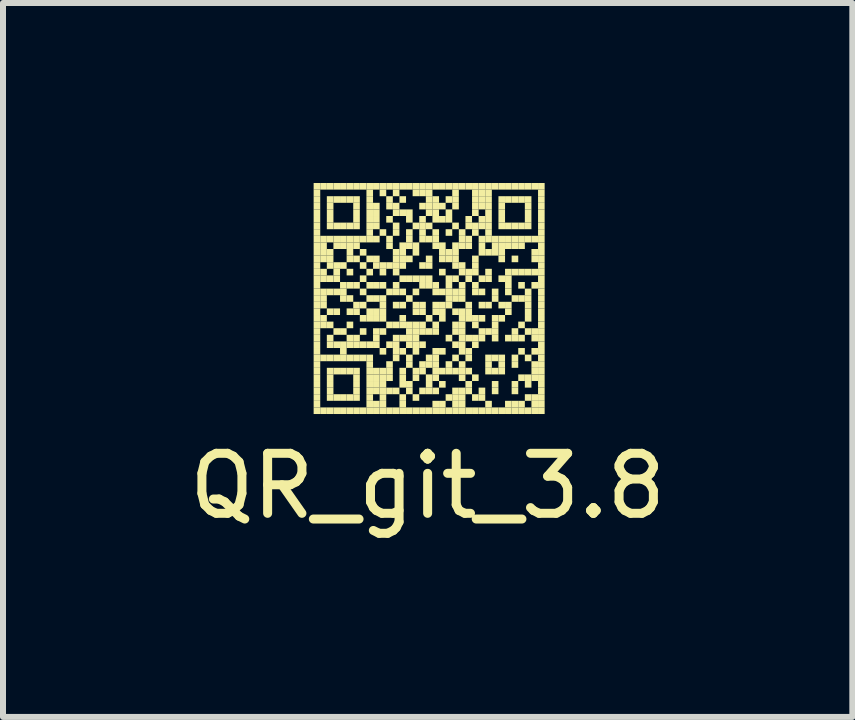
<source format=kicad_pcb>
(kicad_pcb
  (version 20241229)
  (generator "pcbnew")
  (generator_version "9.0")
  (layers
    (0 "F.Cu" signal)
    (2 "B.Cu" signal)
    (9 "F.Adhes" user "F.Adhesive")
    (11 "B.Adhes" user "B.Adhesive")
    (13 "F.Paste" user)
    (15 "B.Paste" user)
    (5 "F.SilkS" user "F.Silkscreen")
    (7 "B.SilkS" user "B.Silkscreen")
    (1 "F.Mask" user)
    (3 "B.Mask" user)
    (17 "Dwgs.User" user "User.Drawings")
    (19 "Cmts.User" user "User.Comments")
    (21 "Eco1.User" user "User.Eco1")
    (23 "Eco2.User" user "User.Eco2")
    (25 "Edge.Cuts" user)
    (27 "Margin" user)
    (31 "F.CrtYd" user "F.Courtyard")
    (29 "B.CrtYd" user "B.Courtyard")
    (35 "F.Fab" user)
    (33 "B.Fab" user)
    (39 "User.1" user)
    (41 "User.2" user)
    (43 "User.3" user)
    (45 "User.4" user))
  (footprint "QR_git_3.8"
    (layer "F.Cu")
    (at 4.077 1.9)
    (property "Reference" "QR_git_3.8" (at 0 3.15 0) (layer "F.SilkS") (effects (font (size 1 1) (thickness 0.15))))
    (attr exclude_from_pos_files exclude_from_bom)
    (fp_poly (pts (xy -1.9 -1.9) (xy -1.9 -1.79) (xy -1.79 -1.79) (xy -1.79 -1.9)) (stroke (width 0) (type solid)) (fill yes) (layer "F.SilkS"))
    (fp_poly (pts (xy -1.9 -1.79) (xy -1.9 -1.68) (xy -1.79 -1.68) (xy -1.79 -1.79)) (stroke (width 0) (type solid)) (fill yes) (layer "F.SilkS"))
    (fp_poly (pts (xy -1.9 -1.68) (xy -1.9 -1.57) (xy -1.79 -1.57) (xy -1.79 -1.68)) (stroke (width 0) (type solid)) (fill yes) (layer "F.SilkS"))
    (fp_poly (pts (xy -1.9 -1.57) (xy -1.9 -1.46) (xy -1.79 -1.46) (xy -1.79 -1.57)) (stroke (width 0) (type solid)) (fill yes) (layer "F.SilkS"))
    (fp_poly (pts (xy -1.9 -1.46) (xy -1.9 -1.35) (xy -1.79 -1.35) (xy -1.79 -1.46)) (stroke (width 0) (type solid)) (fill yes) (layer "F.SilkS"))
    (fp_poly (pts (xy -1.9 -1.35) (xy -1.9 -1.24) (xy -1.79 -1.24) (xy -1.79 -1.35)) (stroke (width 0) (type solid)) (fill yes) (layer "F.SilkS"))
    (fp_poly (pts (xy -1.9 -1.24) (xy -1.9 -1.13) (xy -1.79 -1.13) (xy -1.79 -1.24)) (stroke (width 0) (type solid)) (fill yes) (layer "F.SilkS"))
    (fp_poly (pts (xy -1.9 -1.13) (xy -1.9 -1.02) (xy -1.79 -1.02) (xy -1.79 -1.13)) (stroke (width 0) (type solid)) (fill yes) (layer "F.SilkS"))
    (fp_poly (pts (xy -1.9 -1.02) (xy -1.9 -0.91) (xy -1.79 -0.91) (xy -1.79 -1.02)) (stroke (width 0) (type solid)) (fill yes) (layer "F.SilkS"))
    (fp_poly (pts (xy -1.9 -0.91) (xy -1.9 -0.8) (xy -1.79 -0.8) (xy -1.79 -0.91)) (stroke (width 0) (type solid)) (fill yes) (layer "F.SilkS"))
    (fp_poly (pts (xy -1.9 -0.8) (xy -1.9 -0.69) (xy -1.79 -0.69) (xy -1.79 -0.8)) (stroke (width 0) (type solid)) (fill yes) (layer "F.SilkS"))
    (fp_poly (pts (xy -1.9 -0.69) (xy -1.9 -0.58) (xy -1.79 -0.58) (xy -1.79 -0.69)) (stroke (width 0) (type solid)) (fill yes) (layer "F.SilkS"))
    (fp_poly (pts (xy -1.9 -0.58) (xy -1.9 -0.47) (xy -1.79 -0.47) (xy -1.79 -0.58)) (stroke (width 0) (type solid)) (fill yes) (layer "F.SilkS"))
    (fp_poly (pts (xy -1.9 -0.47) (xy -1.9 -0.36) (xy -1.79 -0.36) (xy -1.79 -0.47)) (stroke (width 0) (type solid)) (fill yes) (layer "F.SilkS"))
    (fp_poly (pts (xy -1.9 -0.36) (xy -1.9 -0.25) (xy -1.79 -0.25) (xy -1.79 -0.36)) (stroke (width 0) (type solid)) (fill yes) (layer "F.SilkS"))
    (fp_poly (pts (xy -1.9 -0.25) (xy -1.9 -0.14) (xy -1.79 -0.14) (xy -1.79 -0.25)) (stroke (width 0) (type solid)) (fill yes) (layer "F.SilkS"))
    (fp_poly (pts (xy -1.9 -0.14) (xy -1.9 -0.03) (xy -1.79 -0.03) (xy -1.79 -0.14)) (stroke (width 0) (type solid)) (fill yes) (layer "F.SilkS"))
    (fp_poly (pts (xy -1.9 -0.03) (xy -1.9 0.08) (xy -1.79 0.08) (xy -1.79 -0.03)) (stroke (width 0) (type solid)) (fill yes) (layer "F.SilkS"))
    (fp_poly (pts (xy -1.9 0.08) (xy -1.9 0.19) (xy -1.79 0.19) (xy -1.79 0.08)) (stroke (width 0) (type solid)) (fill yes) (layer "F.SilkS"))
    (fp_poly (pts (xy -1.9 0.19) (xy -1.9 0.3) (xy -1.79 0.3) (xy -1.79 0.19)) (stroke (width 0) (type solid)) (fill yes) (layer "F.SilkS"))
    (fp_poly (pts (xy -1.9 0.3) (xy -1.9 0.41) (xy -1.79 0.41) (xy -1.79 0.3)) (stroke (width 0) (type solid)) (fill yes) (layer "F.SilkS"))
    (fp_poly (pts (xy -1.9 0.41) (xy -1.9 0.52) (xy -1.79 0.52) (xy -1.79 0.41)) (stroke (width 0) (type solid)) (fill yes) (layer "F.SilkS"))
    (fp_poly (pts (xy -1.9 0.52) (xy -1.9 0.63) (xy -1.79 0.63) (xy -1.79 0.52)) (stroke (width 0) (type solid)) (fill yes) (layer "F.SilkS"))
    (fp_poly (pts (xy -1.9 0.63) (xy -1.9 0.74) (xy -1.79 0.74) (xy -1.79 0.63)) (stroke (width 0) (type solid)) (fill yes) (layer "F.SilkS"))
    (fp_poly (pts (xy -1.9 0.74) (xy -1.9 0.85) (xy -1.79 0.85) (xy -1.79 0.74)) (stroke (width 0) (type solid)) (fill yes) (layer "F.SilkS"))
    (fp_poly (pts (xy -1.9 0.85) (xy -1.9 0.96) (xy -1.79 0.96) (xy -1.79 0.85)) (stroke (width 0) (type solid)) (fill yes) (layer "F.SilkS"))
    (fp_poly (pts (xy -1.9 0.96) (xy -1.9 1.07) (xy -1.79 1.07) (xy -1.79 0.96)) (stroke (width 0) (type solid)) (fill yes) (layer "F.SilkS"))
    (fp_poly (pts (xy -1.9 1.07) (xy -1.9 1.18) (xy -1.79 1.18) (xy -1.79 1.07)) (stroke (width 0) (type solid)) (fill yes) (layer "F.SilkS"))
    (fp_poly (pts (xy -1.9 1.18) (xy -1.9 1.29) (xy -1.79 1.29) (xy -1.79 1.18)) (stroke (width 0) (type solid)) (fill yes) (layer "F.SilkS"))
    (fp_poly (pts (xy -1.9 1.29) (xy -1.9 1.4) (xy -1.79 1.4) (xy -1.79 1.29)) (stroke (width 0) (type solid)) (fill yes) (layer "F.SilkS"))
    (fp_poly (pts (xy -1.9 1.4) (xy -1.9 1.51) (xy -1.79 1.51) (xy -1.79 1.4)) (stroke (width 0) (type solid)) (fill yes) (layer "F.SilkS"))
    (fp_poly (pts (xy -1.9 1.51) (xy -1.9 1.62) (xy -1.79 1.62) (xy -1.79 1.51)) (stroke (width 0) (type solid)) (fill yes) (layer "F.SilkS"))
    (fp_poly (pts (xy -1.9 1.62) (xy -1.9 1.73) (xy -1.79 1.73) (xy -1.79 1.62)) (stroke (width 0) (type solid)) (fill yes) (layer "F.SilkS"))
    (fp_poly (pts (xy -1.9 1.73) (xy -1.9 1.84) (xy -1.79 1.84) (xy -1.79 1.73)) (stroke (width 0) (type solid)) (fill yes) (layer "F.SilkS"))
    (fp_poly (pts (xy -1.9 1.84) (xy -1.9 1.95) (xy -1.79 1.95) (xy -1.79 1.84)) (stroke (width 0) (type solid)) (fill yes) (layer "F.SilkS"))
    (fp_poly (pts (xy -1.79 -1.9) (xy -1.79 -1.79) (xy -1.68 -1.79) (xy -1.68 -1.9)) (stroke (width 0) (type solid)) (fill yes) (layer "F.SilkS"))
    (fp_poly (pts (xy -1.79 -1.02) (xy -1.79 -0.91) (xy -1.68 -0.91) (xy -1.68 -1.02)) (stroke (width 0) (type solid)) (fill yes) (layer "F.SilkS"))
    (fp_poly (pts (xy -1.79 -0.91) (xy -1.79 -0.8) (xy -1.68 -0.8) (xy -1.68 -0.91)) (stroke (width 0) (type solid)) (fill yes) (layer "F.SilkS"))
    (fp_poly (pts (xy -1.79 -0.8) (xy -1.79 -0.69) (xy -1.68 -0.69) (xy -1.68 -0.8)) (stroke (width 0) (type solid)) (fill yes) (layer "F.SilkS"))
    (fp_poly (pts (xy -1.79 -0.69) (xy -1.79 -0.58) (xy -1.68 -0.58) (xy -1.68 -0.69)) (stroke (width 0) (type solid)) (fill yes) (layer "F.SilkS"))
    (fp_poly (pts (xy -1.79 -0.47) (xy -1.79 -0.36) (xy -1.68 -0.36) (xy -1.68 -0.47)) (stroke (width 0) (type solid)) (fill yes) (layer "F.SilkS"))
    (fp_poly (pts (xy -1.79 -0.36) (xy -1.79 -0.25) (xy -1.68 -0.25) (xy -1.68 -0.36)) (stroke (width 0) (type solid)) (fill yes) (layer "F.SilkS"))
    (fp_poly (pts (xy -1.79 -0.14) (xy -1.79 -0.03) (xy -1.68 -0.03) (xy -1.68 -0.14)) (stroke (width 0) (type solid)) (fill yes) (layer "F.SilkS"))
    (fp_poly (pts (xy -1.79 -0.03) (xy -1.79 0.08) (xy -1.68 0.08) (xy -1.68 -0.03)) (stroke (width 0) (type solid)) (fill yes) (layer "F.SilkS"))
    (fp_poly (pts (xy -1.79 0.08) (xy -1.79 0.19) (xy -1.68 0.19) (xy -1.68 0.08)) (stroke (width 0) (type solid)) (fill yes) (layer "F.SilkS"))
    (fp_poly (pts (xy -1.79 0.3) (xy -1.79 0.41) (xy -1.68 0.41) (xy -1.68 0.3)) (stroke (width 0) (type solid)) (fill yes) (layer "F.SilkS"))
    (fp_poly (pts (xy -1.79 0.41) (xy -1.79 0.52) (xy -1.68 0.52) (xy -1.68 0.41)) (stroke (width 0) (type solid)) (fill yes) (layer "F.SilkS"))
    (fp_poly (pts (xy -1.79 0.96) (xy -1.79 1.07) (xy -1.68 1.07) (xy -1.68 0.96)) (stroke (width 0) (type solid)) (fill yes) (layer "F.SilkS"))
    (fp_poly (pts (xy -1.79 1.84) (xy -1.79 1.95) (xy -1.68 1.95) (xy -1.68 1.84)) (stroke (width 0) (type solid)) (fill yes) (layer "F.SilkS"))
    (fp_poly (pts (xy -1.68 -1.9) (xy -1.68 -1.79) (xy -1.57 -1.79) (xy -1.57 -1.9)) (stroke (width 0) (type solid)) (fill yes) (layer "F.SilkS"))
    (fp_poly (pts (xy -1.68 -1.68) (xy -1.68 -1.57) (xy -1.57 -1.57) (xy -1.57 -1.68)) (stroke (width 0) (type solid)) (fill yes) (layer "F.SilkS"))
    (fp_poly (pts (xy -1.68 -1.57) (xy -1.68 -1.46) (xy -1.57 -1.46) (xy -1.57 -1.57)) (stroke (width 0) (type solid)) (fill yes) (layer "F.SilkS"))
    (fp_poly (pts (xy -1.68 -1.46) (xy -1.68 -1.35) (xy -1.57 -1.35) (xy -1.57 -1.46)) (stroke (width 0) (type solid)) (fill yes) (layer "F.SilkS"))
    (fp_poly (pts (xy -1.68 -1.35) (xy -1.68 -1.24) (xy -1.57 -1.24) (xy -1.57 -1.35)) (stroke (width 0) (type solid)) (fill yes) (layer "F.SilkS"))
    (fp_poly (pts (xy -1.68 -1.24) (xy -1.68 -1.13) (xy -1.57 -1.13) (xy -1.57 -1.24)) (stroke (width 0) (type solid)) (fill yes) (layer "F.SilkS"))
    (fp_poly (pts (xy -1.68 -1.02) (xy -1.68 -0.91) (xy -1.57 -0.91) (xy -1.57 -1.02)) (stroke (width 0) (type solid)) (fill yes) (layer "F.SilkS"))
    (fp_poly (pts (xy -1.68 -0.8) (xy -1.68 -0.69) (xy -1.57 -0.69) (xy -1.57 -0.8)) (stroke (width 0) (type solid)) (fill yes) (layer "F.SilkS"))
    (fp_poly (pts (xy -1.68 -0.69) (xy -1.68 -0.58) (xy -1.57 -0.58) (xy -1.57 -0.69)) (stroke (width 0) (type solid)) (fill yes) (layer "F.SilkS"))
    (fp_poly (pts (xy -1.68 -0.58) (xy -1.68 -0.47) (xy -1.57 -0.47) (xy -1.57 -0.58)) (stroke (width 0) (type solid)) (fill yes) (layer "F.SilkS"))
    (fp_poly (pts (xy -1.68 -0.36) (xy -1.68 -0.25) (xy -1.57 -0.25) (xy -1.57 -0.36)) (stroke (width 0) (type solid)) (fill yes) (layer "F.SilkS"))
    (fp_poly (pts (xy -1.68 -0.14) (xy -1.68 -0.03) (xy -1.57 -0.03) (xy -1.57 -0.14)) (stroke (width 0) (type solid)) (fill yes) (layer "F.SilkS"))
    (fp_poly (pts (xy -1.68 0.19) (xy -1.68 0.3) (xy -1.57 0.3) (xy -1.57 0.19)) (stroke (width 0) (type solid)) (fill yes) (layer "F.SilkS"))
    (fp_poly (pts (xy -1.68 0.41) (xy -1.68 0.52) (xy -1.57 0.52) (xy -1.57 0.41)) (stroke (width 0) (type solid)) (fill yes) (layer "F.SilkS"))
    (fp_poly (pts (xy -1.68 0.63) (xy -1.68 0.74) (xy -1.57 0.74) (xy -1.57 0.63)) (stroke (width 0) (type solid)) (fill yes) (layer "F.SilkS"))
    (fp_poly (pts (xy -1.68 0.74) (xy -1.68 0.85) (xy -1.57 0.85) (xy -1.57 0.74)) (stroke (width 0) (type solid)) (fill yes) (layer "F.SilkS"))
    (fp_poly (pts (xy -1.68 0.96) (xy -1.68 1.07) (xy -1.57 1.07) (xy -1.57 0.96)) (stroke (width 0) (type solid)) (fill yes) (layer "F.SilkS"))
    (fp_poly (pts (xy -1.68 1.18) (xy -1.68 1.29) (xy -1.57 1.29) (xy -1.57 1.18)) (stroke (width 0) (type solid)) (fill yes) (layer "F.SilkS"))
    (fp_poly (pts (xy -1.68 1.29) (xy -1.68 1.4) (xy -1.57 1.4) (xy -1.57 1.29)) (stroke (width 0) (type solid)) (fill yes) (layer "F.SilkS"))
    (fp_poly (pts (xy -1.68 1.4) (xy -1.68 1.51) (xy -1.57 1.51) (xy -1.57 1.4)) (stroke (width 0) (type solid)) (fill yes) (layer "F.SilkS"))
    (fp_poly (pts (xy -1.68 1.51) (xy -1.68 1.62) (xy -1.57 1.62) (xy -1.57 1.51)) (stroke (width 0) (type solid)) (fill yes) (layer "F.SilkS"))
    (fp_poly (pts (xy -1.68 1.62) (xy -1.68 1.73) (xy -1.57 1.73) (xy -1.57 1.62)) (stroke (width 0) (type solid)) (fill yes) (layer "F.SilkS"))
    (fp_poly (pts (xy -1.68 1.84) (xy -1.68 1.95) (xy -1.57 1.95) (xy -1.57 1.84)) (stroke (width 0) (type solid)) (fill yes) (layer "F.SilkS"))
    (fp_poly (pts (xy -1.57 -1.9) (xy -1.57 -1.79) (xy -1.46 -1.79) (xy -1.46 -1.9)) (stroke (width 0) (type solid)) (fill yes) (layer "F.SilkS"))
    (fp_poly (pts (xy -1.57 -1.68) (xy -1.57 -1.57) (xy -1.46 -1.57) (xy -1.46 -1.68)) (stroke (width 0) (type solid)) (fill yes) (layer "F.SilkS"))
    (fp_poly (pts (xy -1.57 -1.24) (xy -1.57 -1.13) (xy -1.46 -1.13) (xy -1.46 -1.24)) (stroke (width 0) (type solid)) (fill yes) (layer "F.SilkS"))
    (fp_poly (pts (xy -1.57 -1.02) (xy -1.57 -0.91) (xy -1.46 -0.91) (xy -1.46 -1.02)) (stroke (width 0) (type solid)) (fill yes) (layer "F.SilkS"))
    (fp_poly (pts (xy -1.57 -0.91) (xy -1.57 -0.8) (xy -1.46 -0.8) (xy -1.46 -0.91)) (stroke (width 0) (type solid)) (fill yes) (layer "F.SilkS"))
    (fp_poly (pts (xy -1.57 -0.58) (xy -1.57 -0.47) (xy -1.46 -0.47) (xy -1.46 -0.58)) (stroke (width 0) (type solid)) (fill yes) (layer "F.SilkS"))
    (fp_poly (pts (xy -1.57 -0.47) (xy -1.57 -0.36) (xy -1.46 -0.36) (xy -1.46 -0.47)) (stroke (width 0) (type solid)) (fill yes) (layer "F.SilkS"))
    (fp_poly (pts (xy -1.57 -0.36) (xy -1.57 -0.25) (xy -1.46 -0.25) (xy -1.46 -0.36)) (stroke (width 0) (type solid)) (fill yes) (layer "F.SilkS"))
    (fp_poly (pts (xy -1.57 -0.14) (xy -1.57 -0.03) (xy -1.46 -0.03) (xy -1.46 -0.14)) (stroke (width 0) (type solid)) (fill yes) (layer "F.SilkS"))
    (fp_poly (pts (xy -1.57 0.19) (xy -1.57 0.3) (xy -1.46 0.3) (xy -1.46 0.19)) (stroke (width 0) (type solid)) (fill yes) (layer "F.SilkS"))
    (fp_poly (pts (xy -1.57 0.52) (xy -1.57 0.63) (xy -1.46 0.63) (xy -1.46 0.52)) (stroke (width 0) (type solid)) (fill yes) (layer "F.SilkS"))
    (fp_poly (pts (xy -1.57 0.74) (xy -1.57 0.85) (xy -1.46 0.85) (xy -1.46 0.74)) (stroke (width 0) (type solid)) (fill yes) (layer "F.SilkS"))
    (fp_poly (pts (xy -1.57 0.96) (xy -1.57 1.07) (xy -1.46 1.07) (xy -1.46 0.96)) (stroke (width 0) (type solid)) (fill yes) (layer "F.SilkS"))
    (fp_poly (pts (xy -1.57 1.18) (xy -1.57 1.29) (xy -1.46 1.29) (xy -1.46 1.18)) (stroke (width 0) (type solid)) (fill yes) (layer "F.SilkS"))
    (fp_poly (pts (xy -1.57 1.62) (xy -1.57 1.73) (xy -1.46 1.73) (xy -1.46 1.62)) (stroke (width 0) (type solid)) (fill yes) (layer "F.SilkS"))
    (fp_poly (pts (xy -1.57 1.84) (xy -1.57 1.95) (xy -1.46 1.95) (xy -1.46 1.84)) (stroke (width 0) (type solid)) (fill yes) (layer "F.SilkS"))
    (fp_poly (pts (xy -1.46 -1.9) (xy -1.46 -1.79) (xy -1.35 -1.79) (xy -1.35 -1.9)) (stroke (width 0) (type solid)) (fill yes) (layer "F.SilkS"))
    (fp_poly (pts (xy -1.46 -1.68) (xy -1.46 -1.57) (xy -1.35 -1.57) (xy -1.35 -1.68)) (stroke (width 0) (type solid)) (fill yes) (layer "F.SilkS"))
    (fp_poly (pts (xy -1.46 -1.24) (xy -1.46 -1.13) (xy -1.35 -1.13) (xy -1.35 -1.24)) (stroke (width 0) (type solid)) (fill yes) (layer "F.SilkS"))
    (fp_poly (pts (xy -1.46 -1.02) (xy -1.46 -0.91) (xy -1.35 -0.91) (xy -1.35 -1.02)) (stroke (width 0) (type solid)) (fill yes) (layer "F.SilkS"))
    (fp_poly (pts (xy -1.46 -0.91) (xy -1.46 -0.8) (xy -1.35 -0.8) (xy -1.35 -0.91)) (stroke (width 0) (type solid)) (fill yes) (layer "F.SilkS"))
    (fp_poly (pts (xy -1.46 -0.58) (xy -1.46 -0.47) (xy -1.35 -0.47) (xy -1.35 -0.58)) (stroke (width 0) (type solid)) (fill yes) (layer "F.SilkS"))
    (fp_poly (pts (xy -1.46 -0.25) (xy -1.46 -0.14) (xy -1.35 -0.14) (xy -1.35 -0.25)) (stroke (width 0) (type solid)) (fill yes) (layer "F.SilkS"))
    (fp_poly (pts (xy -1.46 -0.14) (xy -1.46 -0.03) (xy -1.35 -0.03) (xy -1.35 -0.14)) (stroke (width 0) (type solid)) (fill yes) (layer "F.SilkS"))
    (fp_poly (pts (xy -1.46 -0.03) (xy -1.46 0.08) (xy -1.35 0.08) (xy -1.35 -0.03)) (stroke (width 0) (type solid)) (fill yes) (layer "F.SilkS"))
    (fp_poly (pts (xy -1.46 0.52) (xy -1.46 0.63) (xy -1.35 0.63) (xy -1.35 0.52)) (stroke (width 0) (type solid)) (fill yes) (layer "F.SilkS"))
    (fp_poly (pts (xy -1.46 0.74) (xy -1.46 0.85) (xy -1.35 0.85) (xy -1.35 0.74)) (stroke (width 0) (type solid)) (fill yes) (layer "F.SilkS"))
    (fp_poly (pts (xy -1.46 0.85) (xy -1.46 0.96) (xy -1.35 0.96) (xy -1.35 0.85)) (stroke (width 0) (type solid)) (fill yes) (layer "F.SilkS"))
    (fp_poly (pts (xy -1.46 0.96) (xy -1.46 1.07) (xy -1.35 1.07) (xy -1.35 0.96)) (stroke (width 0) (type solid)) (fill yes) (layer "F.SilkS"))
    (fp_poly (pts (xy -1.46 1.18) (xy -1.46 1.29) (xy -1.35 1.29) (xy -1.35 1.18)) (stroke (width 0) (type solid)) (fill yes) (layer "F.SilkS"))
    (fp_poly (pts (xy -1.46 1.62) (xy -1.46 1.73) (xy -1.35 1.73) (xy -1.35 1.62)) (stroke (width 0) (type solid)) (fill yes) (layer "F.SilkS"))
    (fp_poly (pts (xy -1.46 1.84) (xy -1.46 1.95) (xy -1.35 1.95) (xy -1.35 1.84)) (stroke (width 0) (type solid)) (fill yes) (layer "F.SilkS"))
    (fp_poly (pts (xy -1.35 -1.9) (xy -1.35 -1.79) (xy -1.24 -1.79) (xy -1.24 -1.9)) (stroke (width 0) (type solid)) (fill yes) (layer "F.SilkS"))
    (fp_poly (pts (xy -1.35 -1.68) (xy -1.35 -1.57) (xy -1.24 -1.57) (xy -1.24 -1.68)) (stroke (width 0) (type solid)) (fill yes) (layer "F.SilkS"))
    (fp_poly (pts (xy -1.35 -1.24) (xy -1.35 -1.13) (xy -1.24 -1.13) (xy -1.24 -1.24)) (stroke (width 0) (type solid)) (fill yes) (layer "F.SilkS"))
    (fp_poly (pts (xy -1.35 -1.02) (xy -1.35 -0.91) (xy -1.24 -0.91) (xy -1.24 -1.02)) (stroke (width 0) (type solid)) (fill yes) (layer "F.SilkS"))
    (fp_poly (pts (xy -1.35 -0.91) (xy -1.35 -0.8) (xy -1.24 -0.8) (xy -1.24 -0.91)) (stroke (width 0) (type solid)) (fill yes) (layer "F.SilkS"))
    (fp_poly (pts (xy -1.35 -0.8) (xy -1.35 -0.69) (xy -1.24 -0.69) (xy -1.24 -0.8)) (stroke (width 0) (type solid)) (fill yes) (layer "F.SilkS"))
    (fp_poly (pts (xy -1.35 -0.69) (xy -1.35 -0.58) (xy -1.24 -0.58) (xy -1.24 -0.69)) (stroke (width 0) (type solid)) (fill yes) (layer "F.SilkS"))
    (fp_poly (pts (xy -1.35 -0.47) (xy -1.35 -0.36) (xy -1.24 -0.36) (xy -1.24 -0.47)) (stroke (width 0) (type solid)) (fill yes) (layer "F.SilkS"))
    (fp_poly (pts (xy -1.35 -0.25) (xy -1.35 -0.14) (xy -1.24 -0.14) (xy -1.24 -0.25)) (stroke (width 0) (type solid)) (fill yes) (layer "F.SilkS"))
    (fp_poly (pts (xy -1.35 -0.03) (xy -1.35 0.08) (xy -1.24 0.08) (xy -1.24 -0.03)) (stroke (width 0) (type solid)) (fill yes) (layer "F.SilkS"))
    (fp_poly (pts (xy -1.35 0.19) (xy -1.35 0.3) (xy -1.24 0.3) (xy -1.24 0.19)) (stroke (width 0) (type solid)) (fill yes) (layer "F.SilkS"))
    (fp_poly (pts (xy -1.35 0.41) (xy -1.35 0.52) (xy -1.24 0.52) (xy -1.24 0.41)) (stroke (width 0) (type solid)) (fill yes) (layer "F.SilkS"))
    (fp_poly (pts (xy -1.35 0.63) (xy -1.35 0.74) (xy -1.24 0.74) (xy -1.24 0.63)) (stroke (width 0) (type solid)) (fill yes) (layer "F.SilkS"))
    (fp_poly (pts (xy -1.35 0.74) (xy -1.35 0.85) (xy -1.24 0.85) (xy -1.24 0.74)) (stroke (width 0) (type solid)) (fill yes) (layer "F.SilkS"))
    (fp_poly (pts (xy -1.35 0.96) (xy -1.35 1.07) (xy -1.24 1.07) (xy -1.24 0.96)) (stroke (width 0) (type solid)) (fill yes) (layer "F.SilkS"))
    (fp_poly (pts (xy -1.35 1.18) (xy -1.35 1.29) (xy -1.24 1.29) (xy -1.24 1.18)) (stroke (width 0) (type solid)) (fill yes) (layer "F.SilkS"))
    (fp_poly (pts (xy -1.35 1.62) (xy -1.35 1.73) (xy -1.24 1.73) (xy -1.24 1.62)) (stroke (width 0) (type solid)) (fill yes) (layer "F.SilkS"))
    (fp_poly (pts (xy -1.35 1.84) (xy -1.35 1.95) (xy -1.24 1.95) (xy -1.24 1.84)) (stroke (width 0) (type solid)) (fill yes) (layer "F.SilkS"))
    (fp_poly (pts (xy -1.24 -1.9) (xy -1.24 -1.79) (xy -1.13 -1.79) (xy -1.13 -1.9)) (stroke (width 0) (type solid)) (fill yes) (layer "F.SilkS"))
    (fp_poly (pts (xy -1.24 -1.68) (xy -1.24 -1.57) (xy -1.13 -1.57) (xy -1.13 -1.68)) (stroke (width 0) (type solid)) (fill yes) (layer "F.SilkS"))
    (fp_poly (pts (xy -1.24 -1.57) (xy -1.24 -1.46) (xy -1.13 -1.46) (xy -1.13 -1.57)) (stroke (width 0) (type solid)) (fill yes) (layer "F.SilkS"))
    (fp_poly (pts (xy -1.24 -1.46) (xy -1.24 -1.35) (xy -1.13 -1.35) (xy -1.13 -1.46)) (stroke (width 0) (type solid)) (fill yes) (layer "F.SilkS"))
    (fp_poly (pts (xy -1.24 -1.35) (xy -1.24 -1.24) (xy -1.13 -1.24) (xy -1.13 -1.35)) (stroke (width 0) (type solid)) (fill yes) (layer "F.SilkS"))
    (fp_poly (pts (xy -1.24 -1.24) (xy -1.24 -1.13) (xy -1.13 -1.13) (xy -1.13 -1.24)) (stroke (width 0) (type solid)) (fill yes) (layer "F.SilkS"))
    (fp_poly (pts (xy -1.24 -1.02) (xy -1.24 -0.91) (xy -1.13 -0.91) (xy -1.13 -1.02)) (stroke (width 0) (type solid)) (fill yes) (layer "F.SilkS"))
    (fp_poly (pts (xy -1.24 -0.91) (xy -1.24 -0.8) (xy -1.13 -0.8) (xy -1.13 -0.91)) (stroke (width 0) (type solid)) (fill yes) (layer "F.SilkS"))
    (fp_poly (pts (xy -1.24 -0.69) (xy -1.24 -0.58) (xy -1.13 -0.58) (xy -1.13 -0.69)) (stroke (width 0) (type solid)) (fill yes) (layer "F.SilkS"))
    (fp_poly (pts (xy -1.24 -0.25) (xy -1.24 -0.14) (xy -1.13 -0.14) (xy -1.13 -0.25)) (stroke (width 0) (type solid)) (fill yes) (layer "F.SilkS"))
    (fp_poly (pts (xy -1.24 0.08) (xy -1.24 0.19) (xy -1.13 0.19) (xy -1.13 0.08)) (stroke (width 0) (type solid)) (fill yes) (layer "F.SilkS"))
    (fp_poly (pts (xy -1.24 0.19) (xy -1.24 0.3) (xy -1.13 0.3) (xy -1.13 0.19)) (stroke (width 0) (type solid)) (fill yes) (layer "F.SilkS"))
    (fp_poly (pts (xy -1.24 0.63) (xy -1.24 0.74) (xy -1.13 0.74) (xy -1.13 0.63)) (stroke (width 0) (type solid)) (fill yes) (layer "F.SilkS"))
    (fp_poly (pts (xy -1.24 0.74) (xy -1.24 0.85) (xy -1.13 0.85) (xy -1.13 0.74)) (stroke (width 0) (type solid)) (fill yes) (layer "F.SilkS"))
    (fp_poly (pts (xy -1.24 0.96) (xy -1.24 1.07) (xy -1.13 1.07) (xy -1.13 0.96)) (stroke (width 0) (type solid)) (fill yes) (layer "F.SilkS"))
    (fp_poly (pts (xy -1.24 1.18) (xy -1.24 1.29) (xy -1.13 1.29) (xy -1.13 1.18)) (stroke (width 0) (type solid)) (fill yes) (layer "F.SilkS"))
    (fp_poly (pts (xy -1.24 1.29) (xy -1.24 1.4) (xy -1.13 1.4) (xy -1.13 1.29)) (stroke (width 0) (type solid)) (fill yes) (layer "F.SilkS"))
    (fp_poly (pts (xy -1.24 1.4) (xy -1.24 1.51) (xy -1.13 1.51) (xy -1.13 1.4)) (stroke (width 0) (type solid)) (fill yes) (layer "F.SilkS"))
    (fp_poly (pts (xy -1.24 1.51) (xy -1.24 1.62) (xy -1.13 1.62) (xy -1.13 1.51)) (stroke (width 0) (type solid)) (fill yes) (layer "F.SilkS"))
    (fp_poly (pts (xy -1.24 1.62) (xy -1.24 1.73) (xy -1.13 1.73) (xy -1.13 1.62)) (stroke (width 0) (type solid)) (fill yes) (layer "F.SilkS"))
    (fp_poly (pts (xy -1.24 1.84) (xy -1.24 1.95) (xy -1.13 1.95) (xy -1.13 1.84)) (stroke (width 0) (type solid)) (fill yes) (layer "F.SilkS"))
    (fp_poly (pts (xy -1.13 -1.9) (xy -1.13 -1.79) (xy -1.02 -1.79) (xy -1.02 -1.9)) (stroke (width 0) (type solid)) (fill yes) (layer "F.SilkS"))
    (fp_poly (pts (xy -1.13 -1.02) (xy -1.13 -0.91) (xy -1.02 -0.91) (xy -1.02 -1.02)) (stroke (width 0) (type solid)) (fill yes) (layer "F.SilkS"))
    (fp_poly (pts (xy -1.13 -0.8) (xy -1.13 -0.69) (xy -1.02 -0.69) (xy -1.02 -0.8)) (stroke (width 0) (type solid)) (fill yes) (layer "F.SilkS"))
    (fp_poly (pts (xy -1.13 -0.58) (xy -1.13 -0.47) (xy -1.02 -0.47) (xy -1.02 -0.58)) (stroke (width 0) (type solid)) (fill yes) (layer "F.SilkS"))
    (fp_poly (pts (xy -1.13 -0.36) (xy -1.13 -0.25) (xy -1.02 -0.25) (xy -1.02 -0.36)) (stroke (width 0) (type solid)) (fill yes) (layer "F.SilkS"))
    (fp_poly (pts (xy -1.13 -0.14) (xy -1.13 -0.03) (xy -1.02 -0.03) (xy -1.02 -0.14)) (stroke (width 0) (type solid)) (fill yes) (layer "F.SilkS"))
    (fp_poly (pts (xy -1.13 0.08) (xy -1.13 0.19) (xy -1.02 0.19) (xy -1.02 0.08)) (stroke (width 0) (type solid)) (fill yes) (layer "F.SilkS"))
    (fp_poly (pts (xy -1.13 0.3) (xy -1.13 0.41) (xy -1.02 0.41) (xy -1.02 0.3)) (stroke (width 0) (type solid)) (fill yes) (layer "F.SilkS"))
    (fp_poly (pts (xy -1.13 0.52) (xy -1.13 0.63) (xy -1.02 0.63) (xy -1.02 0.52)) (stroke (width 0) (type solid)) (fill yes) (layer "F.SilkS"))
    (fp_poly (pts (xy -1.13 0.74) (xy -1.13 0.85) (xy -1.02 0.85) (xy -1.02 0.74)) (stroke (width 0) (type solid)) (fill yes) (layer "F.SilkS"))
    (fp_poly (pts (xy -1.13 0.96) (xy -1.13 1.07) (xy -1.02 1.07) (xy -1.02 0.96)) (stroke (width 0) (type solid)) (fill yes) (layer "F.SilkS"))
    (fp_poly (pts (xy -1.13 1.84) (xy -1.13 1.95) (xy -1.02 1.95) (xy -1.02 1.84)) (stroke (width 0) (type solid)) (fill yes) (layer "F.SilkS"))
    (fp_poly (pts (xy -1.02 -1.9) (xy -1.02 -1.79) (xy -0.91 -1.79) (xy -0.91 -1.9)) (stroke (width 0) (type solid)) (fill yes) (layer "F.SilkS"))
    (fp_poly (pts (xy -1.02 -1.79) (xy -1.02 -1.68) (xy -0.91 -1.68) (xy -0.91 -1.79)) (stroke (width 0) (type solid)) (fill yes) (layer "F.SilkS"))
    (fp_poly (pts (xy -1.02 -1.68) (xy -1.02 -1.57) (xy -0.91 -1.57) (xy -0.91 -1.68)) (stroke (width 0) (type solid)) (fill yes) (layer "F.SilkS"))
    (fp_poly (pts (xy -1.02 -1.57) (xy -1.02 -1.46) (xy -0.91 -1.46) (xy -0.91 -1.57)) (stroke (width 0) (type solid)) (fill yes) (layer "F.SilkS"))
    (fp_poly (pts (xy -1.02 -1.46) (xy -1.02 -1.35) (xy -0.91 -1.35) (xy -0.91 -1.46)) (stroke (width 0) (type solid)) (fill yes) (layer "F.SilkS"))
    (fp_poly (pts (xy -1.02 -1.35) (xy -1.02 -1.24) (xy -0.91 -1.24) (xy -0.91 -1.35)) (stroke (width 0) (type solid)) (fill yes) (layer "F.SilkS"))
    (fp_poly (pts (xy -1.02 -1.24) (xy -1.02 -1.13) (xy -0.91 -1.13) (xy -0.91 -1.24)) (stroke (width 0) (type solid)) (fill yes) (layer "F.SilkS"))
    (fp_poly (pts (xy -1.02 -1.13) (xy -1.02 -1.02) (xy -0.91 -1.02) (xy -0.91 -1.13)) (stroke (width 0) (type solid)) (fill yes) (layer "F.SilkS"))
    (fp_poly (pts (xy -1.02 -1.02) (xy -1.02 -0.91) (xy -0.91 -0.91) (xy -0.91 -1.02)) (stroke (width 0) (type solid)) (fill yes) (layer "F.SilkS"))
    (fp_poly (pts (xy -1.02 -0.69) (xy -1.02 -0.58) (xy -0.91 -0.58) (xy -0.91 -0.69)) (stroke (width 0) (type solid)) (fill yes) (layer "F.SilkS"))
    (fp_poly (pts (xy -1.02 -0.47) (xy -1.02 -0.36) (xy -0.91 -0.36) (xy -0.91 -0.47)) (stroke (width 0) (type solid)) (fill yes) (layer "F.SilkS"))
    (fp_poly (pts (xy -1.02 -0.25) (xy -1.02 -0.14) (xy -0.91 -0.14) (xy -0.91 -0.25)) (stroke (width 0) (type solid)) (fill yes) (layer "F.SilkS"))
    (fp_poly (pts (xy -1.02 -0.03) (xy -1.02 0.08) (xy -0.91 0.08) (xy -0.91 -0.03)) (stroke (width 0) (type solid)) (fill yes) (layer "F.SilkS"))
    (fp_poly (pts (xy -1.02 0.19) (xy -1.02 0.3) (xy -0.91 0.3) (xy -0.91 0.19)) (stroke (width 0) (type solid)) (fill yes) (layer "F.SilkS"))
    (fp_poly (pts (xy -1.02 0.3) (xy -1.02 0.41) (xy -0.91 0.41) (xy -0.91 0.3)) (stroke (width 0) (type solid)) (fill yes) (layer "F.SilkS"))
    (fp_poly (pts (xy -1.02 0.74) (xy -1.02 0.85) (xy -0.91 0.85) (xy -0.91 0.74)) (stroke (width 0) (type solid)) (fill yes) (layer "F.SilkS"))
    (fp_poly (pts (xy -1.02 0.96) (xy -1.02 1.07) (xy -0.91 1.07) (xy -0.91 0.96)) (stroke (width 0) (type solid)) (fill yes) (layer "F.SilkS"))
    (fp_poly (pts (xy -1.02 1.07) (xy -1.02 1.18) (xy -0.91 1.18) (xy -0.91 1.07)) (stroke (width 0) (type solid)) (fill yes) (layer "F.SilkS"))
    (fp_poly (pts (xy -1.02 1.18) (xy -1.02 1.29) (xy -0.91 1.29) (xy -0.91 1.18)) (stroke (width 0) (type solid)) (fill yes) (layer "F.SilkS"))
    (fp_poly (pts (xy -1.02 1.29) (xy -1.02 1.4) (xy -0.91 1.4) (xy -0.91 1.29)) (stroke (width 0) (type solid)) (fill yes) (layer "F.SilkS"))
    (fp_poly (pts (xy -1.02 1.4) (xy -1.02 1.51) (xy -0.91 1.51) (xy -0.91 1.4)) (stroke (width 0) (type solid)) (fill yes) (layer "F.SilkS"))
    (fp_poly (pts (xy -1.02 1.51) (xy -1.02 1.62) (xy -0.91 1.62) (xy -0.91 1.51)) (stroke (width 0) (type solid)) (fill yes) (layer "F.SilkS"))
    (fp_poly (pts (xy -1.02 1.62) (xy -1.02 1.73) (xy -0.91 1.73) (xy -0.91 1.62)) (stroke (width 0) (type solid)) (fill yes) (layer "F.SilkS"))
    (fp_poly (pts (xy -1.02 1.73) (xy -1.02 1.84) (xy -0.91 1.84) (xy -0.91 1.73)) (stroke (width 0) (type solid)) (fill yes) (layer "F.SilkS"))
    (fp_poly (pts (xy -1.02 1.84) (xy -1.02 1.95) (xy -0.91 1.95) (xy -0.91 1.84)) (stroke (width 0) (type solid)) (fill yes) (layer "F.SilkS"))
    (fp_poly (pts (xy -0.91 -1.9) (xy -0.91 -1.79) (xy -0.8 -1.79) (xy -0.8 -1.9)) (stroke (width 0) (type solid)) (fill yes) (layer "F.SilkS"))
    (fp_poly (pts (xy -0.91 -1.57) (xy -0.91 -1.46) (xy -0.8 -1.46) (xy -0.8 -1.57)) (stroke (width 0) (type solid)) (fill yes) (layer "F.SilkS"))
    (fp_poly (pts (xy -0.91 -1.46) (xy -0.91 -1.35) (xy -0.8 -1.35) (xy -0.8 -1.46)) (stroke (width 0) (type solid)) (fill yes) (layer "F.SilkS"))
    (fp_poly (pts (xy -0.91 -1.35) (xy -0.91 -1.24) (xy -0.8 -1.24) (xy -0.8 -1.35)) (stroke (width 0) (type solid)) (fill yes) (layer "F.SilkS"))
    (fp_poly (pts (xy -0.91 -1.24) (xy -0.91 -1.13) (xy -0.8 -1.13) (xy -0.8 -1.24)) (stroke (width 0) (type solid)) (fill yes) (layer "F.SilkS"))
    (fp_poly (pts (xy -0.91 -1.02) (xy -0.91 -0.91) (xy -0.8 -0.91) (xy -0.8 -1.02)) (stroke (width 0) (type solid)) (fill yes) (layer "F.SilkS"))
    (fp_poly (pts (xy -0.91 -0.69) (xy -0.91 -0.58) (xy -0.8 -0.58) (xy -0.8 -0.69)) (stroke (width 0) (type solid)) (fill yes) (layer "F.SilkS"))
    (fp_poly (pts (xy -0.91 -0.58) (xy -0.91 -0.47) (xy -0.8 -0.47) (xy -0.8 -0.58)) (stroke (width 0) (type solid)) (fill yes) (layer "F.SilkS"))
    (fp_poly (pts (xy -0.91 -0.25) (xy -0.91 -0.14) (xy -0.8 -0.14) (xy -0.8 -0.25)) (stroke (width 0) (type solid)) (fill yes) (layer "F.SilkS"))
    (fp_poly (pts (xy -0.91 -0.03) (xy -0.91 0.08) (xy -0.8 0.08) (xy -0.8 -0.03)) (stroke (width 0) (type solid)) (fill yes) (layer "F.SilkS"))
    (fp_poly (pts (xy -0.91 0.19) (xy -0.91 0.3) (xy -0.8 0.3) (xy -0.8 0.19)) (stroke (width 0) (type solid)) (fill yes) (layer "F.SilkS"))
    (fp_poly (pts (xy -0.91 0.3) (xy -0.91 0.41) (xy -0.8 0.41) (xy -0.8 0.3)) (stroke (width 0) (type solid)) (fill yes) (layer "F.SilkS"))
    (fp_poly (pts (xy -0.91 0.52) (xy -0.91 0.63) (xy -0.8 0.63) (xy -0.8 0.52)) (stroke (width 0) (type solid)) (fill yes) (layer "F.SilkS"))
    (fp_poly (pts (xy -0.91 0.63) (xy -0.91 0.74) (xy -0.8 0.74) (xy -0.8 0.63)) (stroke (width 0) (type solid)) (fill yes) (layer "F.SilkS"))
    (fp_poly (pts (xy -0.91 0.74) (xy -0.91 0.85) (xy -0.8 0.85) (xy -0.8 0.74)) (stroke (width 0) (type solid)) (fill yes) (layer "F.SilkS"))
    (fp_poly (pts (xy -0.91 1.18) (xy -0.91 1.29) (xy -0.8 1.29) (xy -0.8 1.18)) (stroke (width 0) (type solid)) (fill yes) (layer "F.SilkS"))
    (fp_poly (pts (xy -0.91 1.29) (xy -0.91 1.4) (xy -0.8 1.4) (xy -0.8 1.29)) (stroke (width 0) (type solid)) (fill yes) (layer "F.SilkS"))
    (fp_poly (pts (xy -0.91 1.4) (xy -0.91 1.51) (xy -0.8 1.51) (xy -0.8 1.4)) (stroke (width 0) (type solid)) (fill yes) (layer "F.SilkS"))
    (fp_poly (pts (xy -0.91 1.51) (xy -0.91 1.62) (xy -0.8 1.62) (xy -0.8 1.51)) (stroke (width 0) (type solid)) (fill yes) (layer "F.SilkS"))
    (fp_poly (pts (xy -0.91 1.73) (xy -0.91 1.84) (xy -0.8 1.84) (xy -0.8 1.73)) (stroke (width 0) (type solid)) (fill yes) (layer "F.SilkS"))
    (fp_poly (pts (xy -0.91 1.84) (xy -0.91 1.95) (xy -0.8 1.95) (xy -0.8 1.84)) (stroke (width 0) (type solid)) (fill yes) (layer "F.SilkS"))
    (fp_poly (pts (xy -0.8 -1.9) (xy -0.8 -1.79) (xy -0.69 -1.79) (xy -0.69 -1.9)) (stroke (width 0) (type solid)) (fill yes) (layer "F.SilkS"))
    (fp_poly (pts (xy -0.8 -1.79) (xy -0.8 -1.68) (xy -0.69 -1.68) (xy -0.69 -1.79)) (stroke (width 0) (type solid)) (fill yes) (layer "F.SilkS"))
    (fp_poly (pts (xy -0.8 -1.13) (xy -0.8 -1.02) (xy -0.69 -1.02) (xy -0.69 -1.13)) (stroke (width 0) (type solid)) (fill yes) (layer "F.SilkS"))
    (fp_poly (pts (xy -0.8 -0.58) (xy -0.8 -0.47) (xy -0.69 -0.47) (xy -0.69 -0.58)) (stroke (width 0) (type solid)) (fill yes) (layer "F.SilkS"))
    (fp_poly (pts (xy -0.8 -0.47) (xy -0.8 -0.36) (xy -0.69 -0.36) (xy -0.69 -0.47)) (stroke (width 0) (type solid)) (fill yes) (layer "F.SilkS"))
    (fp_poly (pts (xy -0.8 -0.25) (xy -0.8 -0.14) (xy -0.69 -0.14) (xy -0.69 -0.25)) (stroke (width 0) (type solid)) (fill yes) (layer "F.SilkS"))
    (fp_poly (pts (xy -0.8 -0.03) (xy -0.8 0.08) (xy -0.69 0.08) (xy -0.69 -0.03)) (stroke (width 0) (type solid)) (fill yes) (layer "F.SilkS"))
    (fp_poly (pts (xy -0.8 0.08) (xy -0.8 0.19) (xy -0.69 0.19) (xy -0.69 0.08)) (stroke (width 0) (type solid)) (fill yes) (layer "F.SilkS"))
    (fp_poly (pts (xy -0.8 0.19) (xy -0.8 0.3) (xy -0.69 0.3) (xy -0.69 0.19)) (stroke (width 0) (type solid)) (fill yes) (layer "F.SilkS"))
    (fp_poly (pts (xy -0.8 0.3) (xy -0.8 0.41) (xy -0.69 0.41) (xy -0.69 0.3)) (stroke (width 0) (type solid)) (fill yes) (layer "F.SilkS"))
    (fp_poly (pts (xy -0.8 0.52) (xy -0.8 0.63) (xy -0.69 0.63) (xy -0.69 0.52)) (stroke (width 0) (type solid)) (fill yes) (layer "F.SilkS"))
    (fp_poly (pts (xy -0.8 0.85) (xy -0.8 0.96) (xy -0.69 0.96) (xy -0.69 0.85)) (stroke (width 0) (type solid)) (fill yes) (layer "F.SilkS"))
    (fp_poly (pts (xy -0.8 1.18) (xy -0.8 1.29) (xy -0.69 1.29) (xy -0.69 1.18)) (stroke (width 0) (type solid)) (fill yes) (layer "F.SilkS"))
    (fp_poly (pts (xy -0.8 1.29) (xy -0.8 1.4) (xy -0.69 1.4) (xy -0.69 1.29)) (stroke (width 0) (type solid)) (fill yes) (layer "F.SilkS"))
    (fp_poly (pts (xy -0.8 1.4) (xy -0.8 1.51) (xy -0.69 1.51) (xy -0.69 1.4)) (stroke (width 0) (type solid)) (fill yes) (layer "F.SilkS"))
    (fp_poly (pts (xy -0.8 1.51) (xy -0.8 1.62) (xy -0.69 1.62) (xy -0.69 1.51)) (stroke (width 0) (type solid)) (fill yes) (layer "F.SilkS"))
    (fp_poly (pts (xy -0.8 1.62) (xy -0.8 1.73) (xy -0.69 1.73) (xy -0.69 1.62)) (stroke (width 0) (type solid)) (fill yes) (layer "F.SilkS"))
    (fp_poly (pts (xy -0.8 1.73) (xy -0.8 1.84) (xy -0.69 1.84) (xy -0.69 1.73)) (stroke (width 0) (type solid)) (fill yes) (layer "F.SilkS"))
    (fp_poly (pts (xy -0.8 1.84) (xy -0.8 1.95) (xy -0.69 1.95) (xy -0.69 1.84)) (stroke (width 0) (type solid)) (fill yes) (layer "F.SilkS"))
    (fp_poly (pts (xy -0.69 -1.9) (xy -0.69 -1.79) (xy -0.58 -1.79) (xy -0.58 -1.9)) (stroke (width 0) (type solid)) (fill yes) (layer "F.SilkS"))
    (fp_poly (pts (xy -0.69 -1.68) (xy -0.69 -1.57) (xy -0.58 -1.57) (xy -0.58 -1.68)) (stroke (width 0) (type solid)) (fill yes) (layer "F.SilkS"))
    (fp_poly (pts (xy -0.69 -1.57) (xy -0.69 -1.46) (xy -0.58 -1.46) (xy -0.58 -1.57)) (stroke (width 0) (type solid)) (fill yes) (layer "F.SilkS"))
    (fp_poly (pts (xy -0.69 -1.35) (xy -0.69 -1.24) (xy -0.58 -1.24) (xy -0.58 -1.35)) (stroke (width 0) (type solid)) (fill yes) (layer "F.SilkS"))
    (fp_poly (pts (xy -0.69 -1.02) (xy -0.69 -0.91) (xy -0.58 -0.91) (xy -0.58 -1.02)) (stroke (width 0) (type solid)) (fill yes) (layer "F.SilkS"))
    (fp_poly (pts (xy -0.69 -0.91) (xy -0.69 -0.8) (xy -0.58 -0.8) (xy -0.58 -0.91)) (stroke (width 0) (type solid)) (fill yes) (layer "F.SilkS"))
    (fp_poly (pts (xy -0.69 -0.58) (xy -0.69 -0.47) (xy -0.58 -0.47) (xy -0.58 -0.58)) (stroke (width 0) (type solid)) (fill yes) (layer "F.SilkS"))
    (fp_poly (pts (xy -0.69 -0.14) (xy -0.69 -0.03) (xy -0.58 -0.03) (xy -0.58 -0.14)) (stroke (width 0) (type solid)) (fill yes) (layer "F.SilkS"))
    (fp_poly (pts (xy -0.69 0.41) (xy -0.69 0.52) (xy -0.58 0.52) (xy -0.58 0.41)) (stroke (width 0) (type solid)) (fill yes) (layer "F.SilkS"))
    (fp_poly (pts (xy -0.69 0.74) (xy -0.69 0.85) (xy -0.58 0.85) (xy -0.58 0.74)) (stroke (width 0) (type solid)) (fill yes) (layer "F.SilkS"))
    (fp_poly (pts (xy -0.69 1.07) (xy -0.69 1.18) (xy -0.58 1.18) (xy -0.58 1.07)) (stroke (width 0) (type solid)) (fill yes) (layer "F.SilkS"))
    (fp_poly (pts (xy -0.69 1.18) (xy -0.69 1.29) (xy -0.58 1.29) (xy -0.58 1.18)) (stroke (width 0) (type solid)) (fill yes) (layer "F.SilkS"))
    (fp_poly (pts (xy -0.69 1.29) (xy -0.69 1.4) (xy -0.58 1.4) (xy -0.58 1.29)) (stroke (width 0) (type solid)) (fill yes) (layer "F.SilkS"))
    (fp_poly (pts (xy -0.69 1.51) (xy -0.69 1.62) (xy -0.58 1.62) (xy -0.58 1.51)) (stroke (width 0) (type solid)) (fill yes) (layer "F.SilkS"))
    (fp_poly (pts (xy -0.69 1.84) (xy -0.69 1.95) (xy -0.58 1.95) (xy -0.58 1.84)) (stroke (width 0) (type solid)) (fill yes) (layer "F.SilkS"))
    (fp_poly (pts (xy -0.58 -1.9) (xy -0.58 -1.79) (xy -0.47 -1.79) (xy -0.47 -1.9)) (stroke (width 0) (type solid)) (fill yes) (layer "F.SilkS"))
    (fp_poly (pts (xy -0.58 -1.79) (xy -0.58 -1.68) (xy -0.47 -1.68) (xy -0.47 -1.79)) (stroke (width 0) (type solid)) (fill yes) (layer "F.SilkS"))
    (fp_poly (pts (xy -0.58 -1.57) (xy -0.58 -1.46) (xy -0.47 -1.46) (xy -0.47 -1.57)) (stroke (width 0) (type solid)) (fill yes) (layer "F.SilkS"))
    (fp_poly (pts (xy -0.58 -1.46) (xy -0.58 -1.35) (xy -0.47 -1.35) (xy -0.47 -1.46)) (stroke (width 0) (type solid)) (fill yes) (layer "F.SilkS"))
    (fp_poly (pts (xy -0.58 -1.24) (xy -0.58 -1.13) (xy -0.47 -1.13) (xy -0.47 -1.24)) (stroke (width 0) (type solid)) (fill yes) (layer "F.SilkS"))
    (fp_poly (pts (xy -0.58 -1.13) (xy -0.58 -1.02) (xy -0.47 -1.02) (xy -0.47 -1.13)) (stroke (width 0) (type solid)) (fill yes) (layer "F.SilkS"))
    (fp_poly (pts (xy -0.58 -0.8) (xy -0.58 -0.69) (xy -0.47 -0.69) (xy -0.47 -0.8)) (stroke (width 0) (type solid)) (fill yes) (layer "F.SilkS"))
    (fp_poly (pts (xy -0.58 -0.69) (xy -0.58 -0.58) (xy -0.47 -0.58) (xy -0.47 -0.69)) (stroke (width 0) (type solid)) (fill yes) (layer "F.SilkS"))
    (fp_poly (pts (xy -0.58 -0.58) (xy -0.58 -0.47) (xy -0.47 -0.47) (xy -0.47 -0.58)) (stroke (width 0) (type solid)) (fill yes) (layer "F.SilkS"))
    (fp_poly (pts (xy -0.58 -0.47) (xy -0.58 -0.36) (xy -0.47 -0.36) (xy -0.47 -0.47)) (stroke (width 0) (type solid)) (fill yes) (layer "F.SilkS"))
    (fp_poly (pts (xy -0.58 -0.25) (xy -0.58 -0.14) (xy -0.47 -0.14) (xy -0.47 -0.25)) (stroke (width 0) (type solid)) (fill yes) (layer "F.SilkS"))
    (fp_poly (pts (xy -0.58 -0.14) (xy -0.58 -0.03) (xy -0.47 -0.03) (xy -0.47 -0.14)) (stroke (width 0) (type solid)) (fill yes) (layer "F.SilkS"))
    (fp_poly (pts (xy -0.58 0.08) (xy -0.58 0.19) (xy -0.47 0.19) (xy -0.47 0.08)) (stroke (width 0) (type solid)) (fill yes) (layer "F.SilkS"))
    (fp_poly (pts (xy -0.58 0.41) (xy -0.58 0.52) (xy -0.47 0.52) (xy -0.47 0.41)) (stroke (width 0) (type solid)) (fill yes) (layer "F.SilkS"))
    (fp_poly (pts (xy -0.58 0.63) (xy -0.58 0.74) (xy -0.47 0.74) (xy -0.47 0.63)) (stroke (width 0) (type solid)) (fill yes) (layer "F.SilkS"))
    (fp_poly (pts (xy -0.58 0.74) (xy -0.58 0.85) (xy -0.47 0.85) (xy -0.47 0.74)) (stroke (width 0) (type solid)) (fill yes) (layer "F.SilkS"))
    (fp_poly (pts (xy -0.58 0.85) (xy -0.58 0.96) (xy -0.47 0.96) (xy -0.47 0.85)) (stroke (width 0) (type solid)) (fill yes) (layer "F.SilkS"))
    (fp_poly (pts (xy -0.58 0.96) (xy -0.58 1.07) (xy -0.47 1.07) (xy -0.47 0.96)) (stroke (width 0) (type solid)) (fill yes) (layer "F.SilkS"))
    (fp_poly (pts (xy -0.58 1.51) (xy -0.58 1.62) (xy -0.47 1.62) (xy -0.47 1.51)) (stroke (width 0) (type solid)) (fill yes) (layer "F.SilkS"))
    (fp_poly (pts (xy -0.58 1.84) (xy -0.58 1.95) (xy -0.47 1.95) (xy -0.47 1.84)) (stroke (width 0) (type solid)) (fill yes) (layer "F.SilkS"))
    (fp_poly (pts (xy -0.47 -1.9) (xy -0.47 -1.79) (xy -0.36 -1.79) (xy -0.36 -1.9)) (stroke (width 0) (type solid)) (fill yes) (layer "F.SilkS"))
    (fp_poly (pts (xy -0.47 -1.68) (xy -0.47 -1.57) (xy -0.36 -1.57) (xy -0.36 -1.68)) (stroke (width 0) (type solid)) (fill yes) (layer "F.SilkS"))
    (fp_poly (pts (xy -0.47 -1.46) (xy -0.47 -1.35) (xy -0.36 -1.35) (xy -0.36 -1.46)) (stroke (width 0) (type solid)) (fill yes) (layer "F.SilkS"))
    (fp_poly (pts (xy -0.47 -0.91) (xy -0.47 -0.8) (xy -0.36 -0.8) (xy -0.36 -0.91)) (stroke (width 0) (type solid)) (fill yes) (layer "F.SilkS"))
    (fp_poly (pts (xy -0.47 -0.8) (xy -0.47 -0.69) (xy -0.36 -0.69) (xy -0.36 -0.8)) (stroke (width 0) (type solid)) (fill yes) (layer "F.SilkS"))
    (fp_poly (pts (xy -0.47 -0.69) (xy -0.47 -0.58) (xy -0.36 -0.58) (xy -0.36 -0.69)) (stroke (width 0) (type solid)) (fill yes) (layer "F.SilkS"))
    (fp_poly (pts (xy -0.47 -0.58) (xy -0.47 -0.47) (xy -0.36 -0.47) (xy -0.36 -0.58)) (stroke (width 0) (type solid)) (fill yes) (layer "F.SilkS"))
    (fp_poly (pts (xy -0.47 -0.36) (xy -0.47 -0.25) (xy -0.36 -0.25) (xy -0.36 -0.36)) (stroke (width 0) (type solid)) (fill yes) (layer "F.SilkS"))
    (fp_poly (pts (xy -0.47 -0.14) (xy -0.47 -0.03) (xy -0.36 -0.03) (xy -0.36 -0.14)) (stroke (width 0) (type solid)) (fill yes) (layer "F.SilkS"))
    (fp_poly (pts (xy -0.47 0.08) (xy -0.47 0.19) (xy -0.36 0.19) (xy -0.36 0.08)) (stroke (width 0) (type solid)) (fill yes) (layer "F.SilkS"))
    (fp_poly (pts (xy -0.47 0.3) (xy -0.47 0.41) (xy -0.36 0.41) (xy -0.36 0.3)) (stroke (width 0) (type solid)) (fill yes) (layer "F.SilkS"))
    (fp_poly (pts (xy -0.47 0.41) (xy -0.47 0.52) (xy -0.36 0.52) (xy -0.36 0.41)) (stroke (width 0) (type solid)) (fill yes) (layer "F.SilkS"))
    (fp_poly (pts (xy -0.47 0.63) (xy -0.47 0.74) (xy -0.36 0.74) (xy -0.36 0.63)) (stroke (width 0) (type solid)) (fill yes) (layer "F.SilkS"))
    (fp_poly (pts (xy -0.47 0.85) (xy -0.47 0.96) (xy -0.36 0.96) (xy -0.36 0.85)) (stroke (width 0) (type solid)) (fill yes) (layer "F.SilkS"))
    (fp_poly (pts (xy -0.47 1.18) (xy -0.47 1.29) (xy -0.36 1.29) (xy -0.36 1.18)) (stroke (width 0) (type solid)) (fill yes) (layer "F.SilkS"))
    (fp_poly (pts (xy -0.47 1.29) (xy -0.47 1.4) (xy -0.36 1.4) (xy -0.36 1.29)) (stroke (width 0) (type solid)) (fill yes) (layer "F.SilkS"))
    (fp_poly (pts (xy -0.47 1.4) (xy -0.47 1.51) (xy -0.36 1.51) (xy -0.36 1.4)) (stroke (width 0) (type solid)) (fill yes) (layer "F.SilkS"))
    (fp_poly (pts (xy -0.47 1.62) (xy -0.47 1.73) (xy -0.36 1.73) (xy -0.36 1.62)) (stroke (width 0) (type solid)) (fill yes) (layer "F.SilkS"))
    (fp_poly (pts (xy -0.47 1.73) (xy -0.47 1.84) (xy -0.36 1.84) (xy -0.36 1.73)) (stroke (width 0) (type solid)) (fill yes) (layer "F.SilkS"))
    (fp_poly (pts (xy -0.47 1.84) (xy -0.47 1.95) (xy -0.36 1.95) (xy -0.36 1.84)) (stroke (width 0) (type solid)) (fill yes) (layer "F.SilkS"))
    (fp_poly (pts (xy -0.36 -1.9) (xy -0.36 -1.79) (xy -0.25 -1.79) (xy -0.25 -1.9)) (stroke (width 0) (type solid)) (fill yes) (layer "F.SilkS"))
    (fp_poly (pts (xy -0.36 -1.46) (xy -0.36 -1.35) (xy -0.25 -1.35) (xy -0.25 -1.46)) (stroke (width 0) (type solid)) (fill yes) (layer "F.SilkS"))
    (fp_poly (pts (xy -0.36 -1.35) (xy -0.36 -1.24) (xy -0.25 -1.24) (xy -0.25 -1.35)) (stroke (width 0) (type solid)) (fill yes) (layer "F.SilkS"))
    (fp_poly (pts (xy -0.36 -1.13) (xy -0.36 -1.02) (xy -0.25 -1.02) (xy -0.25 -1.13)) (stroke (width 0) (type solid)) (fill yes) (layer "F.SilkS"))
    (fp_poly (pts (xy -0.36 -1.02) (xy -0.36 -0.91) (xy -0.25 -0.91) (xy -0.25 -1.02)) (stroke (width 0) (type solid)) (fill yes) (layer "F.SilkS"))
    (fp_poly (pts (xy -0.36 -0.91) (xy -0.36 -0.8) (xy -0.25 -0.8) (xy -0.25 -0.91)) (stroke (width 0) (type solid)) (fill yes) (layer "F.SilkS"))
    (fp_poly (pts (xy -0.36 -0.69) (xy -0.36 -0.58) (xy -0.25 -0.58) (xy -0.25 -0.69)) (stroke (width 0) (type solid)) (fill yes) (layer "F.SilkS"))
    (fp_poly (pts (xy -0.36 -0.36) (xy -0.36 -0.25) (xy -0.25 -0.25) (xy -0.25 -0.36)) (stroke (width 0) (type solid)) (fill yes) (layer "F.SilkS"))
    (fp_poly (pts (xy -0.36 -0.03) (xy -0.36 0.08) (xy -0.25 0.08) (xy -0.25 -0.03)) (stroke (width 0) (type solid)) (fill yes) (layer "F.SilkS"))
    (fp_poly (pts (xy -0.36 0.41) (xy -0.36 0.52) (xy -0.25 0.52) (xy -0.25 0.41)) (stroke (width 0) (type solid)) (fill yes) (layer "F.SilkS"))
    (fp_poly (pts (xy -0.36 0.52) (xy -0.36 0.63) (xy -0.25 0.63) (xy -0.25 0.52)) (stroke (width 0) (type solid)) (fill yes) (layer "F.SilkS"))
    (fp_poly (pts (xy -0.36 0.63) (xy -0.36 0.74) (xy -0.25 0.74) (xy -0.25 0.63)) (stroke (width 0) (type solid)) (fill yes) (layer "F.SilkS"))
    (fp_poly (pts (xy -0.36 0.74) (xy -0.36 0.85) (xy -0.25 0.85) (xy -0.25 0.74)) (stroke (width 0) (type solid)) (fill yes) (layer "F.SilkS"))
    (fp_poly (pts (xy -0.36 0.96) (xy -0.36 1.07) (xy -0.25 1.07) (xy -0.25 0.96)) (stroke (width 0) (type solid)) (fill yes) (layer "F.SilkS"))
    (fp_poly (pts (xy -0.36 1.07) (xy -0.36 1.18) (xy -0.25 1.18) (xy -0.25 1.07)) (stroke (width 0) (type solid)) (fill yes) (layer "F.SilkS"))
    (fp_poly (pts (xy -0.36 1.4) (xy -0.36 1.51) (xy -0.25 1.51) (xy -0.25 1.4)) (stroke (width 0) (type solid)) (fill yes) (layer "F.SilkS"))
    (fp_poly (pts (xy -0.36 1.51) (xy -0.36 1.62) (xy -0.25 1.62) (xy -0.25 1.51)) (stroke (width 0) (type solid)) (fill yes) (layer "F.SilkS"))
    (fp_poly (pts (xy -0.36 1.84) (xy -0.36 1.95) (xy -0.25 1.95) (xy -0.25 1.84)) (stroke (width 0) (type solid)) (fill yes) (layer "F.SilkS"))
    (fp_poly (pts (xy -0.25 -1.9) (xy -0.25 -1.79) (xy -0.14 -1.79) (xy -0.14 -1.9)) (stroke (width 0) (type solid)) (fill yes) (layer "F.SilkS"))
    (fp_poly (pts (xy -0.25 -1.79) (xy -0.25 -1.68) (xy -0.14 -1.68) (xy -0.14 -1.79)) (stroke (width 0) (type solid)) (fill yes) (layer "F.SilkS"))
    (fp_poly (pts (xy -0.25 -1.24) (xy -0.25 -1.13) (xy -0.14 -1.13) (xy -0.14 -1.24)) (stroke (width 0) (type solid)) (fill yes) (layer "F.SilkS"))
    (fp_poly (pts (xy -0.25 -0.91) (xy -0.25 -0.8) (xy -0.14 -0.8) (xy -0.14 -0.91)) (stroke (width 0) (type solid)) (fill yes) (layer "F.SilkS"))
    (fp_poly (pts (xy -0.25 -0.8) (xy -0.25 -0.69) (xy -0.14 -0.69) (xy -0.14 -0.8)) (stroke (width 0) (type solid)) (fill yes) (layer "F.SilkS"))
    (fp_poly (pts (xy -0.25 -0.36) (xy -0.25 -0.25) (xy -0.14 -0.25) (xy -0.14 -0.36)) (stroke (width 0) (type solid)) (fill yes) (layer "F.SilkS"))
    (fp_poly (pts (xy -0.25 -0.14) (xy -0.25 -0.03) (xy -0.14 -0.03) (xy -0.14 -0.14)) (stroke (width 0) (type solid)) (fill yes) (layer "F.SilkS"))
    (fp_poly (pts (xy -0.25 0.08) (xy -0.25 0.19) (xy -0.14 0.19) (xy -0.14 0.08)) (stroke (width 0) (type solid)) (fill yes) (layer "F.SilkS"))
    (fp_poly (pts (xy -0.25 0.19) (xy -0.25 0.3) (xy -0.14 0.3) (xy -0.14 0.19)) (stroke (width 0) (type solid)) (fill yes) (layer "F.SilkS"))
    (fp_poly (pts (xy -0.25 0.41) (xy -0.25 0.52) (xy -0.14 0.52) (xy -0.14 0.41)) (stroke (width 0) (type solid)) (fill yes) (layer "F.SilkS"))
    (fp_poly (pts (xy -0.25 0.52) (xy -0.25 0.63) (xy -0.14 0.63) (xy -0.14 0.52)) (stroke (width 0) (type solid)) (fill yes) (layer "F.SilkS"))
    (fp_poly (pts (xy -0.25 0.63) (xy -0.25 0.74) (xy -0.14 0.74) (xy -0.14 0.63)) (stroke (width 0) (type solid)) (fill yes) (layer "F.SilkS"))
    (fp_poly (pts (xy -0.25 0.74) (xy -0.25 0.85) (xy -0.14 0.85) (xy -0.14 0.74)) (stroke (width 0) (type solid)) (fill yes) (layer "F.SilkS"))
    (fp_poly (pts (xy -0.25 0.85) (xy -0.25 0.96) (xy -0.14 0.96) (xy -0.14 0.85)) (stroke (width 0) (type solid)) (fill yes) (layer "F.SilkS"))
    (fp_poly (pts (xy -0.25 1.18) (xy -0.25 1.29) (xy -0.14 1.29) (xy -0.14 1.18)) (stroke (width 0) (type solid)) (fill yes) (layer "F.SilkS"))
    (fp_poly (pts (xy -0.25 1.29) (xy -0.25 1.4) (xy -0.14 1.4) (xy -0.14 1.29)) (stroke (width 0) (type solid)) (fill yes) (layer "F.SilkS"))
    (fp_poly (pts (xy -0.25 1.62) (xy -0.25 1.73) (xy -0.14 1.73) (xy -0.14 1.62)) (stroke (width 0) (type solid)) (fill yes) (layer "F.SilkS"))
    (fp_poly (pts (xy -0.25 1.84) (xy -0.25 1.95) (xy -0.14 1.95) (xy -0.14 1.84)) (stroke (width 0) (type solid)) (fill yes) (layer "F.SilkS"))
    (fp_poly (pts (xy -0.14 -1.9) (xy -0.14 -1.79) (xy -0.03 -1.79) (xy -0.03 -1.9)) (stroke (width 0) (type solid)) (fill yes) (layer "F.SilkS"))
    (fp_poly (pts (xy -0.14 -1.79) (xy -0.14 -1.68) (xy -0.03 -1.68) (xy -0.03 -1.79)) (stroke (width 0) (type solid)) (fill yes) (layer "F.SilkS"))
    (fp_poly (pts (xy -0.14 -1.57) (xy -0.14 -1.46) (xy -0.03 -1.46) (xy -0.03 -1.57)) (stroke (width 0) (type solid)) (fill yes) (layer "F.SilkS"))
    (fp_poly (pts (xy -0.14 -1.35) (xy -0.14 -1.24) (xy -0.03 -1.24) (xy -0.03 -1.35)) (stroke (width 0) (type solid)) (fill yes) (layer "F.SilkS"))
    (fp_poly (pts (xy -0.14 -1.24) (xy -0.14 -1.13) (xy -0.03 -1.13) (xy -0.03 -1.24)) (stroke (width 0) (type solid)) (fill yes) (layer "F.SilkS"))
    (fp_poly (pts (xy -0.14 -1.13) (xy -0.14 -1.02) (xy -0.03 -1.02) (xy -0.03 -1.13)) (stroke (width 0) (type solid)) (fill yes) (layer "F.SilkS"))
    (fp_poly (pts (xy -0.14 -1.02) (xy -0.14 -0.91) (xy -0.03 -0.91) (xy -0.03 -1.02)) (stroke (width 0) (type solid)) (fill yes) (layer "F.SilkS"))
    (fp_poly (pts (xy -0.14 -0.58) (xy -0.14 -0.47) (xy -0.03 -0.47) (xy -0.03 -0.58)) (stroke (width 0) (type solid)) (fill yes) (layer "F.SilkS"))
    (fp_poly (pts (xy -0.14 -0.36) (xy -0.14 -0.25) (xy -0.03 -0.25) (xy -0.03 -0.36)) (stroke (width 0) (type solid)) (fill yes) (layer "F.SilkS"))
    (fp_poly (pts (xy -0.14 -0.25) (xy -0.14 -0.14) (xy -0.03 -0.14) (xy -0.03 -0.25)) (stroke (width 0) (type solid)) (fill yes) (layer "F.SilkS"))
    (fp_poly (pts (xy -0.14 0.08) (xy -0.14 0.19) (xy -0.03 0.19) (xy -0.03 0.08)) (stroke (width 0) (type solid)) (fill yes) (layer "F.SilkS"))
    (fp_poly (pts (xy -0.14 0.19) (xy -0.14 0.3) (xy -0.03 0.3) (xy -0.03 0.19)) (stroke (width 0) (type solid)) (fill yes) (layer "F.SilkS"))
    (fp_poly (pts (xy -0.14 0.41) (xy -0.14 0.52) (xy -0.03 0.52) (xy -0.03 0.41)) (stroke (width 0) (type solid)) (fill yes) (layer "F.SilkS"))
    (fp_poly (pts (xy -0.14 0.52) (xy -0.14 0.63) (xy -0.03 0.63) (xy -0.03 0.52)) (stroke (width 0) (type solid)) (fill yes) (layer "F.SilkS"))
    (fp_poly (pts (xy -0.14 0.74) (xy -0.14 0.85) (xy -0.03 0.85) (xy -0.03 0.74)) (stroke (width 0) (type solid)) (fill yes) (layer "F.SilkS"))
    (fp_poly (pts (xy -0.14 1.07) (xy -0.14 1.18) (xy -0.03 1.18) (xy -0.03 1.07)) (stroke (width 0) (type solid)) (fill yes) (layer "F.SilkS"))
    (fp_poly (pts (xy -0.14 1.18) (xy -0.14 1.29) (xy -0.03 1.29) (xy -0.03 1.18)) (stroke (width 0) (type solid)) (fill yes) (layer "F.SilkS"))
    (fp_poly (pts (xy -0.14 1.51) (xy -0.14 1.62) (xy -0.03 1.62) (xy -0.03 1.51)) (stroke (width 0) (type solid)) (fill yes) (layer "F.SilkS"))
    (fp_poly (pts (xy -0.14 1.84) (xy -0.14 1.95) (xy -0.03 1.95) (xy -0.03 1.84)) (stroke (width 0) (type solid)) (fill yes) (layer "F.SilkS"))
    (fp_poly (pts (xy -0.03 -1.9) (xy -0.03 -1.79) (xy 0.08 -1.79) (xy 0.08 -1.9)) (stroke (width 0) (type solid)) (fill yes) (layer "F.SilkS"))
    (fp_poly (pts (xy -0.03 -1.79) (xy -0.03 -1.68) (xy 0.08 -1.68) (xy 0.08 -1.79)) (stroke (width 0) (type solid)) (fill yes) (layer "F.SilkS"))
    (fp_poly (pts (xy -0.03 -1.68) (xy -0.03 -1.57) (xy 0.08 -1.57) (xy 0.08 -1.68)) (stroke (width 0) (type solid)) (fill yes) (layer "F.SilkS"))
    (fp_poly (pts (xy -0.03 -1.57) (xy -0.03 -1.46) (xy 0.08 -1.46) (xy 0.08 -1.57)) (stroke (width 0) (type solid)) (fill yes) (layer "F.SilkS"))
    (fp_poly (pts (xy -0.03 -1.46) (xy -0.03 -1.35) (xy 0.08 -1.35) (xy 0.08 -1.46)) (stroke (width 0) (type solid)) (fill yes) (layer "F.SilkS"))
    (fp_poly (pts (xy -0.03 -1.24) (xy -0.03 -1.13) (xy 0.08 -1.13) (xy 0.08 -1.24)) (stroke (width 0) (type solid)) (fill yes) (layer "F.SilkS"))
    (fp_poly (pts (xy -0.03 -1.02) (xy -0.03 -0.91) (xy 0.08 -0.91) (xy 0.08 -1.02)) (stroke (width 0) (type solid)) (fill yes) (layer "F.SilkS"))
    (fp_poly (pts (xy -0.03 -0.69) (xy -0.03 -0.58) (xy 0.08 -0.58) (xy 0.08 -0.69)) (stroke (width 0) (type solid)) (fill yes) (layer "F.SilkS"))
    (fp_poly (pts (xy -0.03 -0.58) (xy -0.03 -0.47) (xy 0.08 -0.47) (xy 0.08 -0.58)) (stroke (width 0) (type solid)) (fill yes) (layer "F.SilkS"))
    (fp_poly (pts (xy -0.03 -0.36) (xy -0.03 -0.25) (xy 0.08 -0.25) (xy 0.08 -0.36)) (stroke (width 0) (type solid)) (fill yes) (layer "F.SilkS"))
    (fp_poly (pts (xy -0.03 -0.25) (xy -0.03 -0.14) (xy 0.08 -0.14) (xy 0.08 -0.25)) (stroke (width 0) (type solid)) (fill yes) (layer "F.SilkS"))
    (fp_poly (pts (xy -0.03 0.3) (xy -0.03 0.41) (xy 0.08 0.41) (xy 0.08 0.3)) (stroke (width 0) (type solid)) (fill yes) (layer "F.SilkS"))
    (fp_poly (pts (xy -0.03 0.52) (xy -0.03 0.63) (xy 0.08 0.63) (xy 0.08 0.52)) (stroke (width 0) (type solid)) (fill yes) (layer "F.SilkS"))
    (fp_poly (pts (xy -0.03 0.96) (xy -0.03 1.07) (xy 0.08 1.07) (xy 0.08 0.96)) (stroke (width 0) (type solid)) (fill yes) (layer "F.SilkS"))
    (fp_poly (pts (xy -0.03 1.07) (xy -0.03 1.18) (xy 0.08 1.18) (xy 0.08 1.07)) (stroke (width 0) (type solid)) (fill yes) (layer "F.SilkS"))
    (fp_poly (pts (xy -0.03 1.29) (xy -0.03 1.4) (xy 0.08 1.4) (xy 0.08 1.29)) (stroke (width 0) (type solid)) (fill yes) (layer "F.SilkS"))
    (fp_poly (pts (xy -0.03 1.4) (xy -0.03 1.51) (xy 0.08 1.51) (xy 0.08 1.4)) (stroke (width 0) (type solid)) (fill yes) (layer "F.SilkS"))
    (fp_poly (pts (xy -0.03 1.51) (xy -0.03 1.62) (xy 0.08 1.62) (xy 0.08 1.51)) (stroke (width 0) (type solid)) (fill yes) (layer "F.SilkS"))
    (fp_poly (pts (xy -0.03 1.84) (xy -0.03 1.95) (xy 0.08 1.95) (xy 0.08 1.84)) (stroke (width 0) (type solid)) (fill yes) (layer "F.SilkS"))
    (fp_poly (pts (xy 0.08 -1.9) (xy 0.08 -1.79) (xy 0.19 -1.79) (xy 0.19 -1.9)) (stroke (width 0) (type solid)) (fill yes) (layer "F.SilkS"))
    (fp_poly (pts (xy 0.08 -1.68) (xy 0.08 -1.57) (xy 0.19 -1.57) (xy 0.19 -1.68)) (stroke (width 0) (type solid)) (fill yes) (layer "F.SilkS"))
    (fp_poly (pts (xy 0.08 -1.57) (xy 0.08 -1.46) (xy 0.19 -1.46) (xy 0.19 -1.57)) (stroke (width 0) (type solid)) (fill yes) (layer "F.SilkS"))
    (fp_poly (pts (xy 0.08 -1.46) (xy 0.08 -1.35) (xy 0.19 -1.35) (xy 0.19 -1.46)) (stroke (width 0) (type solid)) (fill yes) (layer "F.SilkS"))
    (fp_poly (pts (xy 0.08 -1.35) (xy 0.08 -1.24) (xy 0.19 -1.24) (xy 0.19 -1.35)) (stroke (width 0) (type solid)) (fill yes) (layer "F.SilkS"))
    (fp_poly (pts (xy 0.08 -1.13) (xy 0.08 -1.02) (xy 0.19 -1.02) (xy 0.19 -1.13)) (stroke (width 0) (type solid)) (fill yes) (layer "F.SilkS"))
    (fp_poly (pts (xy 0.08 -1.02) (xy 0.08 -0.91) (xy 0.19 -0.91) (xy 0.19 -1.02)) (stroke (width 0) (type solid)) (fill yes) (layer "F.SilkS"))
    (fp_poly (pts (xy 0.08 -0.91) (xy 0.08 -0.8) (xy 0.19 -0.8) (xy 0.19 -0.91)) (stroke (width 0) (type solid)) (fill yes) (layer "F.SilkS"))
    (fp_poly (pts (xy 0.08 -0.25) (xy 0.08 -0.14) (xy 0.19 -0.14) (xy 0.19 -0.25)) (stroke (width 0) (type solid)) (fill yes) (layer "F.SilkS"))
    (fp_poly (pts (xy 0.08 -0.14) (xy 0.08 -0.03) (xy 0.19 -0.03) (xy 0.19 -0.14)) (stroke (width 0) (type solid)) (fill yes) (layer "F.SilkS"))
    (fp_poly (pts (xy 0.08 0.08) (xy 0.08 0.19) (xy 0.19 0.19) (xy 0.19 0.08)) (stroke (width 0) (type solid)) (fill yes) (layer "F.SilkS"))
    (fp_poly (pts (xy 0.08 0.19) (xy 0.08 0.3) (xy 0.19 0.3) (xy 0.19 0.19)) (stroke (width 0) (type solid)) (fill yes) (layer "F.SilkS"))
    (fp_poly (pts (xy 0.08 0.41) (xy 0.08 0.52) (xy 0.19 0.52) (xy 0.19 0.41)) (stroke (width 0) (type solid)) (fill yes) (layer "F.SilkS"))
    (fp_poly (pts (xy 0.08 0.52) (xy 0.08 0.63) (xy 0.19 0.63) (xy 0.19 0.52)) (stroke (width 0) (type solid)) (fill yes) (layer "F.SilkS"))
    (fp_poly (pts (xy 0.08 0.85) (xy 0.08 0.96) (xy 0.19 0.96) (xy 0.19 0.85)) (stroke (width 0) (type solid)) (fill yes) (layer "F.SilkS"))
    (fp_poly (pts (xy 0.08 0.96) (xy 0.08 1.07) (xy 0.19 1.07) (xy 0.19 0.96)) (stroke (width 0) (type solid)) (fill yes) (layer "F.SilkS"))
    (fp_poly (pts (xy 0.08 1.07) (xy 0.08 1.18) (xy 0.19 1.18) (xy 0.19 1.07)) (stroke (width 0) (type solid)) (fill yes) (layer "F.SilkS"))
    (fp_poly (pts (xy 0.08 1.18) (xy 0.08 1.29) (xy 0.19 1.29) (xy 0.19 1.18)) (stroke (width 0) (type solid)) (fill yes) (layer "F.SilkS"))
    (fp_poly (pts (xy 0.08 1.29) (xy 0.08 1.4) (xy 0.19 1.4) (xy 0.19 1.29)) (stroke (width 0) (type solid)) (fill yes) (layer "F.SilkS"))
    (fp_poly (pts (xy 0.08 1.51) (xy 0.08 1.62) (xy 0.19 1.62) (xy 0.19 1.51)) (stroke (width 0) (type solid)) (fill yes) (layer "F.SilkS"))
    (fp_poly (pts (xy 0.08 1.73) (xy 0.08 1.84) (xy 0.19 1.84) (xy 0.19 1.73)) (stroke (width 0) (type solid)) (fill yes) (layer "F.SilkS"))
    (fp_poly (pts (xy 0.08 1.84) (xy 0.08 1.95) (xy 0.19 1.95) (xy 0.19 1.84)) (stroke (width 0) (type solid)) (fill yes) (layer "F.SilkS"))
    (fp_poly (pts (xy 0.19 -1.9) (xy 0.19 -1.79) (xy 0.3 -1.79) (xy 0.3 -1.9)) (stroke (width 0) (type solid)) (fill yes) (layer "F.SilkS"))
    (fp_poly (pts (xy 0.19 -1.57) (xy 0.19 -1.46) (xy 0.3 -1.46) (xy 0.3 -1.57)) (stroke (width 0) (type solid)) (fill yes) (layer "F.SilkS"))
    (fp_poly (pts (xy 0.19 -1.35) (xy 0.19 -1.24) (xy 0.3 -1.24) (xy 0.3 -1.35)) (stroke (width 0) (type solid)) (fill yes) (layer "F.SilkS"))
    (fp_poly (pts (xy 0.19 -0.91) (xy 0.19 -0.8) (xy 0.3 -0.8) (xy 0.3 -0.91)) (stroke (width 0) (type solid)) (fill yes) (layer "F.SilkS"))
    (fp_poly (pts (xy 0.19 -0.8) (xy 0.19 -0.69) (xy 0.3 -0.69) (xy 0.3 -0.8)) (stroke (width 0) (type solid)) (fill yes) (layer "F.SilkS"))
    (fp_poly (pts (xy 0.19 -0.69) (xy 0.19 -0.58) (xy 0.3 -0.58) (xy 0.3 -0.69)) (stroke (width 0) (type solid)) (fill yes) (layer "F.SilkS"))
    (fp_poly (pts (xy 0.19 -0.47) (xy 0.19 -0.36) (xy 0.3 -0.36) (xy 0.3 -0.47)) (stroke (width 0) (type solid)) (fill yes) (layer "F.SilkS"))
    (fp_poly (pts (xy 0.19 -0.14) (xy 0.19 -0.03) (xy 0.3 -0.03) (xy 0.3 -0.14)) (stroke (width 0) (type solid)) (fill yes) (layer "F.SilkS"))
    (fp_poly (pts (xy 0.19 0.08) (xy 0.19 0.19) (xy 0.3 0.19) (xy 0.3 0.08)) (stroke (width 0) (type solid)) (fill yes) (layer "F.SilkS"))
    (fp_poly (pts (xy 0.19 0.19) (xy 0.19 0.3) (xy 0.3 0.3) (xy 0.3 0.19)) (stroke (width 0) (type solid)) (fill yes) (layer "F.SilkS"))
    (fp_poly (pts (xy 0.19 0.3) (xy 0.19 0.41) (xy 0.3 0.41) (xy 0.3 0.3)) (stroke (width 0) (type solid)) (fill yes) (layer "F.SilkS"))
    (fp_poly (pts (xy 0.19 0.85) (xy 0.19 0.96) (xy 0.3 0.96) (xy 0.3 0.85)) (stroke (width 0) (type solid)) (fill yes) (layer "F.SilkS"))
    (fp_poly (pts (xy 0.19 1.18) (xy 0.19 1.29) (xy 0.3 1.29) (xy 0.3 1.18)) (stroke (width 0) (type solid)) (fill yes) (layer "F.SilkS"))
    (fp_poly (pts (xy 0.19 1.4) (xy 0.19 1.51) (xy 0.3 1.51) (xy 0.3 1.4)) (stroke (width 0) (type solid)) (fill yes) (layer "F.SilkS"))
    (fp_poly (pts (xy 0.19 1.73) (xy 0.19 1.84) (xy 0.3 1.84) (xy 0.3 1.73)) (stroke (width 0) (type solid)) (fill yes) (layer "F.SilkS"))
    (fp_poly (pts (xy 0.19 1.84) (xy 0.19 1.95) (xy 0.3 1.95) (xy 0.3 1.84)) (stroke (width 0) (type solid)) (fill yes) (layer "F.SilkS"))
    (fp_poly (pts (xy 0.3 -1.9) (xy 0.3 -1.79) (xy 0.41 -1.79) (xy 0.41 -1.9)) (stroke (width 0) (type solid)) (fill yes) (layer "F.SilkS"))
    (fp_poly (pts (xy 0.3 -1.68) (xy 0.3 -1.57) (xy 0.41 -1.57) (xy 0.41 -1.68)) (stroke (width 0) (type solid)) (fill yes) (layer "F.SilkS"))
    (fp_poly (pts (xy 0.3 -1.46) (xy 0.3 -1.35) (xy 0.41 -1.35) (xy 0.41 -1.46)) (stroke (width 0) (type solid)) (fill yes) (layer "F.SilkS"))
    (fp_poly (pts (xy 0.3 -1.35) (xy 0.3 -1.24) (xy 0.41 -1.24) (xy 0.41 -1.35)) (stroke (width 0) (type solid)) (fill yes) (layer "F.SilkS"))
    (fp_poly (pts (xy 0.3 -1.13) (xy 0.3 -1.02) (xy 0.41 -1.02) (xy 0.41 -1.13)) (stroke (width 0) (type solid)) (fill yes) (layer "F.SilkS"))
    (fp_poly (pts (xy 0.3 -0.8) (xy 0.3 -0.69) (xy 0.41 -0.69) (xy 0.41 -0.8)) (stroke (width 0) (type solid)) (fill yes) (layer "F.SilkS"))
    (fp_poly (pts (xy 0.3 -0.69) (xy 0.3 -0.58) (xy 0.41 -0.58) (xy 0.41 -0.69)) (stroke (width 0) (type solid)) (fill yes) (layer "F.SilkS"))
    (fp_poly (pts (xy 0.3 -0.36) (xy 0.3 -0.25) (xy 0.41 -0.25) (xy 0.41 -0.36)) (stroke (width 0) (type solid)) (fill yes) (layer "F.SilkS"))
    (fp_poly (pts (xy 0.3 -0.25) (xy 0.3 -0.14) (xy 0.41 -0.14) (xy 0.41 -0.25)) (stroke (width 0) (type solid)) (fill yes) (layer "F.SilkS"))
    (fp_poly (pts (xy 0.3 -0.14) (xy 0.3 -0.03) (xy 0.41 -0.03) (xy 0.41 -0.14)) (stroke (width 0) (type solid)) (fill yes) (layer "F.SilkS"))
    (fp_poly (pts (xy 0.3 -0.03) (xy 0.3 0.08) (xy 0.41 0.08) (xy 0.41 -0.03)) (stroke (width 0) (type solid)) (fill yes) (layer "F.SilkS"))
    (fp_poly (pts (xy 0.3 0.08) (xy 0.3 0.19) (xy 0.41 0.19) (xy 0.41 0.08)) (stroke (width 0) (type solid)) (fill yes) (layer "F.SilkS"))
    (fp_poly (pts (xy 0.3 0.63) (xy 0.3 0.74) (xy 0.41 0.74) (xy 0.41 0.63)) (stroke (width 0) (type solid)) (fill yes) (layer "F.SilkS"))
    (fp_poly (pts (xy 0.3 1.07) (xy 0.3 1.18) (xy 0.41 1.18) (xy 0.41 1.07)) (stroke (width 0) (type solid)) (fill yes) (layer "F.SilkS"))
    (fp_poly (pts (xy 0.3 1.18) (xy 0.3 1.29) (xy 0.41 1.29) (xy 0.41 1.18)) (stroke (width 0) (type solid)) (fill yes) (layer "F.SilkS"))
    (fp_poly (pts (xy 0.3 1.62) (xy 0.3 1.73) (xy 0.41 1.73) (xy 0.41 1.62)) (stroke (width 0) (type solid)) (fill yes) (layer "F.SilkS"))
    (fp_poly (pts (xy 0.3 1.84) (xy 0.3 1.95) (xy 0.41 1.95) (xy 0.41 1.84)) (stroke (width 0) (type solid)) (fill yes) (layer "F.SilkS"))
    (fp_poly (pts (xy 0.41 -1.9) (xy 0.41 -1.79) (xy 0.52 -1.79) (xy 0.52 -1.9)) (stroke (width 0) (type solid)) (fill yes) (layer "F.SilkS"))
    (fp_poly (pts (xy 0.41 -1.79) (xy 0.41 -1.68) (xy 0.52 -1.68) (xy 0.52 -1.79)) (stroke (width 0) (type solid)) (fill yes) (layer "F.SilkS"))
    (fp_poly (pts (xy 0.41 -1.68) (xy 0.41 -1.57) (xy 0.52 -1.57) (xy 0.52 -1.68)) (stroke (width 0) (type solid)) (fill yes) (layer "F.SilkS"))
    (fp_poly (pts (xy 0.41 -1.57) (xy 0.41 -1.46) (xy 0.52 -1.46) (xy 0.52 -1.57)) (stroke (width 0) (type solid)) (fill yes) (layer "F.SilkS"))
    (fp_poly (pts (xy 0.41 -1.24) (xy 0.41 -1.13) (xy 0.52 -1.13) (xy 0.52 -1.24)) (stroke (width 0) (type solid)) (fill yes) (layer "F.SilkS"))
    (fp_poly (pts (xy 0.41 -0.91) (xy 0.41 -0.8) (xy 0.52 -0.8) (xy 0.52 -0.91)) (stroke (width 0) (type solid)) (fill yes) (layer "F.SilkS"))
    (fp_poly (pts (xy 0.41 -0.8) (xy 0.41 -0.69) (xy 0.52 -0.69) (xy 0.52 -0.8)) (stroke (width 0) (type solid)) (fill yes) (layer "F.SilkS"))
    (fp_poly (pts (xy 0.41 -0.69) (xy 0.41 -0.58) (xy 0.52 -0.58) (xy 0.52 -0.69)) (stroke (width 0) (type solid)) (fill yes) (layer "F.SilkS"))
    (fp_poly (pts (xy 0.41 -0.58) (xy 0.41 -0.47) (xy 0.52 -0.47) (xy 0.52 -0.58)) (stroke (width 0) (type solid)) (fill yes) (layer "F.SilkS"))
    (fp_poly (pts (xy 0.41 -0.36) (xy 0.41 -0.25) (xy 0.52 -0.25) (xy 0.52 -0.36)) (stroke (width 0) (type solid)) (fill yes) (layer "F.SilkS"))
    (fp_poly (pts (xy 0.41 -0.14) (xy 0.41 -0.03) (xy 0.52 -0.03) (xy 0.52 -0.14)) (stroke (width 0) (type solid)) (fill yes) (layer "F.SilkS"))
    (fp_poly (pts (xy 0.41 -0.03) (xy 0.41 0.08) (xy 0.52 0.08) (xy 0.52 -0.03)) (stroke (width 0) (type solid)) (fill yes) (layer "F.SilkS"))
    (fp_poly (pts (xy 0.41 0.19) (xy 0.41 0.3) (xy 0.52 0.3) (xy 0.52 0.19)) (stroke (width 0) (type solid)) (fill yes) (layer "F.SilkS"))
    (fp_poly (pts (xy 0.41 0.41) (xy 0.41 0.52) (xy 0.52 0.52) (xy 0.52 0.41)) (stroke (width 0) (type solid)) (fill yes) (layer "F.SilkS"))
    (fp_poly (pts (xy 0.41 0.52) (xy 0.41 0.63) (xy 0.52 0.63) (xy 0.52 0.52)) (stroke (width 0) (type solid)) (fill yes) (layer "F.SilkS"))
    (fp_poly (pts (xy 0.41 0.74) (xy 0.41 0.85) (xy 0.52 0.85) (xy 0.52 0.74)) (stroke (width 0) (type solid)) (fill yes) (layer "F.SilkS"))
    (fp_poly (pts (xy 0.41 0.96) (xy 0.41 1.07) (xy 0.52 1.07) (xy 0.52 0.96)) (stroke (width 0) (type solid)) (fill yes) (layer "F.SilkS"))
    (fp_poly (pts (xy 0.41 1.18) (xy 0.41 1.29) (xy 0.52 1.29) (xy 0.52 1.18)) (stroke (width 0) (type solid)) (fill yes) (layer "F.SilkS"))
    (fp_poly (pts (xy 0.41 1.51) (xy 0.41 1.62) (xy 0.52 1.62) (xy 0.52 1.51)) (stroke (width 0) (type solid)) (fill yes) (layer "F.SilkS"))
    (fp_poly (pts (xy 0.41 1.62) (xy 0.41 1.73) (xy 0.52 1.73) (xy 0.52 1.62)) (stroke (width 0) (type solid)) (fill yes) (layer "F.SilkS"))
    (fp_poly (pts (xy 0.41 1.73) (xy 0.41 1.84) (xy 0.52 1.84) (xy 0.52 1.73)) (stroke (width 0) (type solid)) (fill yes) (layer "F.SilkS"))
    (fp_poly (pts (xy 0.41 1.84) (xy 0.41 1.95) (xy 0.52 1.95) (xy 0.52 1.84)) (stroke (width 0) (type solid)) (fill yes) (layer "F.SilkS"))
    (fp_poly (pts (xy 0.52 -1.9) (xy 0.52 -1.79) (xy 0.63 -1.79) (xy 0.63 -1.9)) (stroke (width 0) (type solid)) (fill yes) (layer "F.SilkS"))
    (fp_poly (pts (xy 0.52 -1.13) (xy 0.52 -1.02) (xy 0.63 -1.02) (xy 0.63 -1.13)) (stroke (width 0) (type solid)) (fill yes) (layer "F.SilkS"))
    (fp_poly (pts (xy 0.52 -1.02) (xy 0.52 -0.91) (xy 0.63 -0.91) (xy 0.63 -1.02)) (stroke (width 0) (type solid)) (fill yes) (layer "F.SilkS"))
    (fp_poly (pts (xy 0.52 -0.91) (xy 0.52 -0.8) (xy 0.63 -0.8) (xy 0.63 -0.91)) (stroke (width 0) (type solid)) (fill yes) (layer "F.SilkS"))
    (fp_poly (pts (xy 0.52 -0.58) (xy 0.52 -0.47) (xy 0.63 -0.47) (xy 0.63 -0.58)) (stroke (width 0) (type solid)) (fill yes) (layer "F.SilkS"))
    (fp_poly (pts (xy 0.52 -0.47) (xy 0.52 -0.36) (xy 0.63 -0.36) (xy 0.63 -0.47)) (stroke (width 0) (type solid)) (fill yes) (layer "F.SilkS"))
    (fp_poly (pts (xy 0.52 -0.25) (xy 0.52 -0.14) (xy 0.63 -0.14) (xy 0.63 -0.25)) (stroke (width 0) (type solid)) (fill yes) (layer "F.SilkS"))
    (fp_poly (pts (xy 0.52 -0.14) (xy 0.52 -0.03) (xy 0.63 -0.03) (xy 0.63 -0.14)) (stroke (width 0) (type solid)) (fill yes) (layer "F.SilkS"))
    (fp_poly (pts (xy 0.52 -0.03) (xy 0.52 0.08) (xy 0.63 0.08) (xy 0.63 -0.03)) (stroke (width 0) (type solid)) (fill yes) (layer "F.SilkS"))
    (fp_poly (pts (xy 0.52 0.19) (xy 0.52 0.3) (xy 0.63 0.3) (xy 0.63 0.19)) (stroke (width 0) (type solid)) (fill yes) (layer "F.SilkS"))
    (fp_poly (pts (xy 0.52 0.3) (xy 0.52 0.41) (xy 0.63 0.41) (xy 0.63 0.3)) (stroke (width 0) (type solid)) (fill yes) (layer "F.SilkS"))
    (fp_poly (pts (xy 0.52 0.41) (xy 0.52 0.52) (xy 0.63 0.52) (xy 0.63 0.41)) (stroke (width 0) (type solid)) (fill yes) (layer "F.SilkS"))
    (fp_poly (pts (xy 0.52 0.52) (xy 0.52 0.63) (xy 0.63 0.63) (xy 0.63 0.52)) (stroke (width 0) (type solid)) (fill yes) (layer "F.SilkS"))
    (fp_poly (pts (xy 0.52 0.63) (xy 0.52 0.74) (xy 0.63 0.74) (xy 0.63 0.63)) (stroke (width 0) (type solid)) (fill yes) (layer "F.SilkS"))
    (fp_poly (pts (xy 0.52 0.74) (xy 0.52 0.85) (xy 0.63 0.85) (xy 0.63 0.74)) (stroke (width 0) (type solid)) (fill yes) (layer "F.SilkS"))
    (fp_poly (pts (xy 0.52 0.85) (xy 0.52 0.96) (xy 0.63 0.96) (xy 0.63 0.85)) (stroke (width 0) (type solid)) (fill yes) (layer "F.SilkS"))
    (fp_poly (pts (xy 0.52 1.07) (xy 0.52 1.18) (xy 0.63 1.18) (xy 0.63 1.07)) (stroke (width 0) (type solid)) (fill yes) (layer "F.SilkS"))
    (fp_poly (pts (xy 0.52 1.18) (xy 0.52 1.29) (xy 0.63 1.29) (xy 0.63 1.18)) (stroke (width 0) (type solid)) (fill yes) (layer "F.SilkS"))
    (fp_poly (pts (xy 0.52 1.29) (xy 0.52 1.4) (xy 0.63 1.4) (xy 0.63 1.29)) (stroke (width 0) (type solid)) (fill yes) (layer "F.SilkS"))
    (fp_poly (pts (xy 0.52 1.51) (xy 0.52 1.62) (xy 0.63 1.62) (xy 0.63 1.51)) (stroke (width 0) (type solid)) (fill yes) (layer "F.SilkS"))
    (fp_poly (pts (xy 0.52 1.62) (xy 0.52 1.73) (xy 0.63 1.73) (xy 0.63 1.62)) (stroke (width 0) (type solid)) (fill yes) (layer "F.SilkS"))
    (fp_poly (pts (xy 0.52 1.73) (xy 0.52 1.84) (xy 0.63 1.84) (xy 0.63 1.73)) (stroke (width 0) (type solid)) (fill yes) (layer "F.SilkS"))
    (fp_poly (pts (xy 0.52 1.84) (xy 0.52 1.95) (xy 0.63 1.95) (xy 0.63 1.84)) (stroke (width 0) (type solid)) (fill yes) (layer "F.SilkS"))
    (fp_poly (pts (xy 0.63 -1.9) (xy 0.63 -1.79) (xy 0.74 -1.79) (xy 0.74 -1.9)) (stroke (width 0) (type solid)) (fill yes) (layer "F.SilkS"))
    (fp_poly (pts (xy 0.63 -1.35) (xy 0.63 -1.24) (xy 0.74 -1.24) (xy 0.74 -1.35)) (stroke (width 0) (type solid)) (fill yes) (layer "F.SilkS"))
    (fp_poly (pts (xy 0.63 -1.24) (xy 0.63 -1.13) (xy 0.74 -1.13) (xy 0.74 -1.24)) (stroke (width 0) (type solid)) (fill yes) (layer "F.SilkS"))
    (fp_poly (pts (xy 0.63 -1.02) (xy 0.63 -0.91) (xy 0.74 -0.91) (xy 0.74 -1.02)) (stroke (width 0) (type solid)) (fill yes) (layer "F.SilkS"))
    (fp_poly (pts (xy 0.63 -0.91) (xy 0.63 -0.8) (xy 0.74 -0.8) (xy 0.74 -0.91)) (stroke (width 0) (type solid)) (fill yes) (layer "F.SilkS"))
    (fp_poly (pts (xy 0.63 -0.47) (xy 0.63 -0.36) (xy 0.74 -0.36) (xy 0.74 -0.47)) (stroke (width 0) (type solid)) (fill yes) (layer "F.SilkS"))
    (fp_poly (pts (xy 0.63 -0.36) (xy 0.63 -0.25) (xy 0.74 -0.25) (xy 0.74 -0.36)) (stroke (width 0) (type solid)) (fill yes) (layer "F.SilkS"))
    (fp_poly (pts (xy 0.63 0.08) (xy 0.63 0.19) (xy 0.74 0.19) (xy 0.74 0.08)) (stroke (width 0) (type solid)) (fill yes) (layer "F.SilkS"))
    (fp_poly (pts (xy 0.63 0.19) (xy 0.63 0.3) (xy 0.74 0.3) (xy 0.74 0.19)) (stroke (width 0) (type solid)) (fill yes) (layer "F.SilkS"))
    (fp_poly (pts (xy 0.63 0.3) (xy 0.63 0.41) (xy 0.74 0.41) (xy 0.74 0.3)) (stroke (width 0) (type solid)) (fill yes) (layer "F.SilkS"))
    (fp_poly (pts (xy 0.63 0.63) (xy 0.63 0.74) (xy 0.74 0.74) (xy 0.74 0.63)) (stroke (width 0) (type solid)) (fill yes) (layer "F.SilkS"))
    (fp_poly (pts (xy 0.63 0.85) (xy 0.63 0.96) (xy 0.74 0.96) (xy 0.74 0.85)) (stroke (width 0) (type solid)) (fill yes) (layer "F.SilkS"))
    (fp_poly (pts (xy 0.63 0.96) (xy 0.63 1.07) (xy 0.74 1.07) (xy 0.74 0.96)) (stroke (width 0) (type solid)) (fill yes) (layer "F.SilkS"))
    (fp_poly (pts (xy 0.63 1.18) (xy 0.63 1.29) (xy 0.74 1.29) (xy 0.74 1.18)) (stroke (width 0) (type solid)) (fill yes) (layer "F.SilkS"))
    (fp_poly (pts (xy 0.63 1.4) (xy 0.63 1.51) (xy 0.74 1.51) (xy 0.74 1.4)) (stroke (width 0) (type solid)) (fill yes) (layer "F.SilkS"))
    (fp_poly (pts (xy 0.63 1.51) (xy 0.63 1.62) (xy 0.74 1.62) (xy 0.74 1.51)) (stroke (width 0) (type solid)) (fill yes) (layer "F.SilkS"))
    (fp_poly (pts (xy 0.63 1.84) (xy 0.63 1.95) (xy 0.74 1.95) (xy 0.74 1.84)) (stroke (width 0) (type solid)) (fill yes) (layer "F.SilkS"))
    (fp_poly (pts (xy 0.74 -1.9) (xy 0.74 -1.79) (xy 0.85 -1.79) (xy 0.85 -1.9)) (stroke (width 0) (type solid)) (fill yes) (layer "F.SilkS"))
    (fp_poly (pts (xy 0.74 -1.79) (xy 0.74 -1.68) (xy 0.85 -1.68) (xy 0.85 -1.79)) (stroke (width 0) (type solid)) (fill yes) (layer "F.SilkS"))
    (fp_poly (pts (xy 0.74 -1.68) (xy 0.74 -1.57) (xy 0.85 -1.57) (xy 0.85 -1.68)) (stroke (width 0) (type solid)) (fill yes) (layer "F.SilkS"))
    (fp_poly (pts (xy 0.74 -1.57) (xy 0.74 -1.46) (xy 0.85 -1.46) (xy 0.85 -1.57)) (stroke (width 0) (type solid)) (fill yes) (layer "F.SilkS"))
    (fp_poly (pts (xy 0.74 -1.46) (xy 0.74 -1.35) (xy 0.85 -1.35) (xy 0.85 -1.46)) (stroke (width 0) (type solid)) (fill yes) (layer "F.SilkS"))
    (fp_poly (pts (xy 0.74 -1.24) (xy 0.74 -1.13) (xy 0.85 -1.13) (xy 0.85 -1.24)) (stroke (width 0) (type solid)) (fill yes) (layer "F.SilkS"))
    (fp_poly (pts (xy 0.74 -1.13) (xy 0.74 -1.02) (xy 0.85 -1.02) (xy 0.85 -1.13)) (stroke (width 0) (type solid)) (fill yes) (layer "F.SilkS"))
    (fp_poly (pts (xy 0.74 -0.69) (xy 0.74 -0.58) (xy 0.85 -0.58) (xy 0.85 -0.69)) (stroke (width 0) (type solid)) (fill yes) (layer "F.SilkS"))
    (fp_poly (pts (xy 0.74 -0.58) (xy 0.74 -0.47) (xy 0.85 -0.47) (xy 0.85 -0.58)) (stroke (width 0) (type solid)) (fill yes) (layer "F.SilkS"))
    (fp_poly (pts (xy 0.74 -0.47) (xy 0.74 -0.36) (xy 0.85 -0.36) (xy 0.85 -0.47)) (stroke (width 0) (type solid)) (fill yes) (layer "F.SilkS"))
    (fp_poly (pts (xy 0.74 -0.25) (xy 0.74 -0.14) (xy 0.85 -0.14) (xy 0.85 -0.25)) (stroke (width 0) (type solid)) (fill yes) (layer "F.SilkS"))
    (fp_poly (pts (xy 0.74 -0.14) (xy 0.74 -0.03) (xy 0.85 -0.03) (xy 0.85 -0.14)) (stroke (width 0) (type solid)) (fill yes) (layer "F.SilkS"))
    (fp_poly (pts (xy 0.74 0.3) (xy 0.74 0.41) (xy 0.85 0.41) (xy 0.85 0.3)) (stroke (width 0) (type solid)) (fill yes) (layer "F.SilkS"))
    (fp_poly (pts (xy 0.74 0.41) (xy 0.74 0.52) (xy 0.85 0.52) (xy 0.85 0.41)) (stroke (width 0) (type solid)) (fill yes) (layer "F.SilkS"))
    (fp_poly (pts (xy 0.74 0.63) (xy 0.74 0.74) (xy 0.85 0.74) (xy 0.85 0.63)) (stroke (width 0) (type solid)) (fill yes) (layer "F.SilkS"))
    (fp_poly (pts (xy 0.74 0.74) (xy 0.74 0.85) (xy 0.85 0.85) (xy 0.85 0.74)) (stroke (width 0) (type solid)) (fill yes) (layer "F.SilkS"))
    (fp_poly (pts (xy 0.74 1.29) (xy 0.74 1.4) (xy 0.85 1.4) (xy 0.85 1.29)) (stroke (width 0) (type solid)) (fill yes) (layer "F.SilkS"))
    (fp_poly (pts (xy 0.74 1.62) (xy 0.74 1.73) (xy 0.85 1.73) (xy 0.85 1.62)) (stroke (width 0) (type solid)) (fill yes) (layer "F.SilkS"))
    (fp_poly (pts (xy 0.74 1.84) (xy 0.74 1.95) (xy 0.85 1.95) (xy 0.85 1.84)) (stroke (width 0) (type solid)) (fill yes) (layer "F.SilkS"))
    (fp_poly (pts (xy 0.85 -1.9) (xy 0.85 -1.79) (xy 0.96 -1.79) (xy 0.96 -1.9)) (stroke (width 0) (type solid)) (fill yes) (layer "F.SilkS"))
    (fp_poly (pts (xy 0.85 -1.79) (xy 0.85 -1.68) (xy 0.96 -1.68) (xy 0.96 -1.79)) (stroke (width 0) (type solid)) (fill yes) (layer "F.SilkS"))
    (fp_poly (pts (xy 0.85 -1.68) (xy 0.85 -1.57) (xy 0.96 -1.57) (xy 0.96 -1.68)) (stroke (width 0) (type solid)) (fill yes) (layer "F.SilkS"))
    (fp_poly (pts (xy 0.85 -1.57) (xy 0.85 -1.46) (xy 0.96 -1.46) (xy 0.96 -1.57)) (stroke (width 0) (type solid)) (fill yes) (layer "F.SilkS"))
    (fp_poly (pts (xy 0.85 -1.35) (xy 0.85 -1.24) (xy 0.96 -1.24) (xy 0.96 -1.35)) (stroke (width 0) (type solid)) (fill yes) (layer "F.SilkS"))
    (fp_poly (pts (xy 0.85 -1.24) (xy 0.85 -1.13) (xy 0.96 -1.13) (xy 0.96 -1.24)) (stroke (width 0) (type solid)) (fill yes) (layer "F.SilkS"))
    (fp_poly (pts (xy 0.85 -1.02) (xy 0.85 -0.91) (xy 0.96 -0.91) (xy 0.96 -1.02)) (stroke (width 0) (type solid)) (fill yes) (layer "F.SilkS"))
    (fp_poly (pts (xy 0.85 -0.91) (xy 0.85 -0.8) (xy 0.96 -0.8) (xy 0.96 -0.91)) (stroke (width 0) (type solid)) (fill yes) (layer "F.SilkS"))
    (fp_poly (pts (xy 0.85 -0.8) (xy 0.85 -0.69) (xy 0.96 -0.69) (xy 0.96 -0.8)) (stroke (width 0) (type solid)) (fill yes) (layer "F.SilkS"))
    (fp_poly (pts (xy 0.85 -0.36) (xy 0.85 -0.25) (xy 0.96 -0.25) (xy 0.96 -0.36)) (stroke (width 0) (type solid)) (fill yes) (layer "F.SilkS"))
    (fp_poly (pts (xy 0.85 -0.14) (xy 0.85 -0.03) (xy 0.96 -0.03) (xy 0.96 -0.14)) (stroke (width 0) (type solid)) (fill yes) (layer "F.SilkS"))
    (fp_poly (pts (xy 0.85 0.08) (xy 0.85 0.19) (xy 0.96 0.19) (xy 0.96 0.08)) (stroke (width 0) (type solid)) (fill yes) (layer "F.SilkS"))
    (fp_poly (pts (xy 0.85 0.3) (xy 0.85 0.41) (xy 0.96 0.41) (xy 0.96 0.3)) (stroke (width 0) (type solid)) (fill yes) (layer "F.SilkS"))
    (fp_poly (pts (xy 0.85 0.52) (xy 0.85 0.63) (xy 0.96 0.63) (xy 0.96 0.52)) (stroke (width 0) (type solid)) (fill yes) (layer "F.SilkS"))
    (fp_poly (pts (xy 0.85 0.63) (xy 0.85 0.74) (xy 0.96 0.74) (xy 0.96 0.63)) (stroke (width 0) (type solid)) (fill yes) (layer "F.SilkS"))
    (fp_poly (pts (xy 0.85 1.51) (xy 0.85 1.62) (xy 0.96 1.62) (xy 0.96 1.51)) (stroke (width 0) (type solid)) (fill yes) (layer "F.SilkS"))
    (fp_poly (pts (xy 0.85 1.62) (xy 0.85 1.73) (xy 0.96 1.73) (xy 0.96 1.62)) (stroke (width 0) (type solid)) (fill yes) (layer "F.SilkS"))
    (fp_poly (pts (xy 0.85 1.84) (xy 0.85 1.95) (xy 0.96 1.95) (xy 0.96 1.84)) (stroke (width 0) (type solid)) (fill yes) (layer "F.SilkS"))
    (fp_poly (pts (xy 0.96 -1.9) (xy 0.96 -1.79) (xy 1.07 -1.79) (xy 1.07 -1.9)) (stroke (width 0) (type solid)) (fill yes) (layer "F.SilkS"))
    (fp_poly (pts (xy 0.96 -1.79) (xy 0.96 -1.68) (xy 1.07 -1.68) (xy 1.07 -1.79)) (stroke (width 0) (type solid)) (fill yes) (layer "F.SilkS"))
    (fp_poly (pts (xy 0.96 -1.68) (xy 0.96 -1.57) (xy 1.07 -1.57) (xy 1.07 -1.68)) (stroke (width 0) (type solid)) (fill yes) (layer "F.SilkS"))
    (fp_poly (pts (xy 0.96 -1.57) (xy 0.96 -1.46) (xy 1.07 -1.46) (xy 1.07 -1.57)) (stroke (width 0) (type solid)) (fill yes) (layer "F.SilkS"))
    (fp_poly (pts (xy 0.96 -1.46) (xy 0.96 -1.35) (xy 1.07 -1.35) (xy 1.07 -1.46)) (stroke (width 0) (type solid)) (fill yes) (layer "F.SilkS"))
    (fp_poly (pts (xy 0.96 -1.35) (xy 0.96 -1.24) (xy 1.07 -1.24) (xy 1.07 -1.35)) (stroke (width 0) (type solid)) (fill yes) (layer "F.SilkS"))
    (fp_poly (pts (xy 0.96 -1.24) (xy 0.96 -1.13) (xy 1.07 -1.13) (xy 1.07 -1.24)) (stroke (width 0) (type solid)) (fill yes) (layer "F.SilkS"))
    (fp_poly (pts (xy 0.96 -1.13) (xy 0.96 -1.02) (xy 1.07 -1.02) (xy 1.07 -1.13)) (stroke (width 0) (type solid)) (fill yes) (layer "F.SilkS"))
    (fp_poly (pts (xy 0.96 -1.02) (xy 0.96 -0.91) (xy 1.07 -0.91) (xy 1.07 -1.02)) (stroke (width 0) (type solid)) (fill yes) (layer "F.SilkS"))
    (fp_poly (pts (xy 0.96 -0.8) (xy 0.96 -0.69) (xy 1.07 -0.69) (xy 1.07 -0.8)) (stroke (width 0) (type solid)) (fill yes) (layer "F.SilkS"))
    (fp_poly (pts (xy 0.96 -0.47) (xy 0.96 -0.36) (xy 1.07 -0.36) (xy 1.07 -0.47)) (stroke (width 0) (type solid)) (fill yes) (layer "F.SilkS"))
    (fp_poly (pts (xy 0.96 -0.36) (xy 0.96 -0.25) (xy 1.07 -0.25) (xy 1.07 -0.36)) (stroke (width 0) (type solid)) (fill yes) (layer "F.SilkS"))
    (fp_poly (pts (xy 0.96 0.08) (xy 0.96 0.19) (xy 1.07 0.19) (xy 1.07 0.08)) (stroke (width 0) (type solid)) (fill yes) (layer "F.SilkS"))
    (fp_poly (pts (xy 0.96 0.52) (xy 0.96 0.63) (xy 1.07 0.63) (xy 1.07 0.52)) (stroke (width 0) (type solid)) (fill yes) (layer "F.SilkS"))
    (fp_poly (pts (xy 0.96 0.96) (xy 0.96 1.07) (xy 1.07 1.07) (xy 1.07 0.96)) (stroke (width 0) (type solid)) (fill yes) (layer "F.SilkS"))
    (fp_poly (pts (xy 0.96 1.07) (xy 0.96 1.18) (xy 1.07 1.18) (xy 1.07 1.07)) (stroke (width 0) (type solid)) (fill yes) (layer "F.SilkS"))
    (fp_poly (pts (xy 0.96 1.18) (xy 0.96 1.29) (xy 1.07 1.29) (xy 1.07 1.18)) (stroke (width 0) (type solid)) (fill yes) (layer "F.SilkS"))
    (fp_poly (pts (xy 0.96 1.73) (xy 0.96 1.84) (xy 1.07 1.84) (xy 1.07 1.73)) (stroke (width 0) (type solid)) (fill yes) (layer "F.SilkS"))
    (fp_poly (pts (xy 0.96 1.84) (xy 0.96 1.95) (xy 1.07 1.95) (xy 1.07 1.84)) (stroke (width 0) (type solid)) (fill yes) (layer "F.SilkS"))
    (fp_poly (pts (xy 1.07 -1.9) (xy 1.07 -1.79) (xy 1.18 -1.79) (xy 1.18 -1.9)) (stroke (width 0) (type solid)) (fill yes) (layer "F.SilkS"))
    (fp_poly (pts (xy 1.07 -1.02) (xy 1.07 -0.91) (xy 1.18 -0.91) (xy 1.18 -1.02)) (stroke (width 0) (type solid)) (fill yes) (layer "F.SilkS"))
    (fp_poly (pts (xy 1.07 -0.91) (xy 1.07 -0.8) (xy 1.18 -0.8) (xy 1.18 -0.91)) (stroke (width 0) (type solid)) (fill yes) (layer "F.SilkS"))
    (fp_poly (pts (xy 1.07 -0.8) (xy 1.07 -0.69) (xy 1.18 -0.69) (xy 1.18 -0.8)) (stroke (width 0) (type solid)) (fill yes) (layer "F.SilkS"))
    (fp_poly (pts (xy 1.07 -0.14) (xy 1.07 -0.03) (xy 1.18 -0.03) (xy 1.18 -0.14)) (stroke (width 0) (type solid)) (fill yes) (layer "F.SilkS"))
    (fp_poly (pts (xy 1.07 -0.03) (xy 1.07 0.08) (xy 1.18 0.08) (xy 1.18 -0.03)) (stroke (width 0) (type solid)) (fill yes) (layer "F.SilkS"))
    (fp_poly (pts (xy 1.07 0.3) (xy 1.07 0.41) (xy 1.18 0.41) (xy 1.18 0.3)) (stroke (width 0) (type solid)) (fill yes) (layer "F.SilkS"))
    (fp_poly (pts (xy 1.07 0.41) (xy 1.07 0.52) (xy 1.18 0.52) (xy 1.18 0.41)) (stroke (width 0) (type solid)) (fill yes) (layer "F.SilkS"))
    (fp_poly (pts (xy 1.07 0.52) (xy 1.07 0.63) (xy 1.18 0.63) (xy 1.18 0.52)) (stroke (width 0) (type solid)) (fill yes) (layer "F.SilkS"))
    (fp_poly (pts (xy 1.07 0.63) (xy 1.07 0.74) (xy 1.18 0.74) (xy 1.18 0.63)) (stroke (width 0) (type solid)) (fill yes) (layer "F.SilkS"))
    (fp_poly (pts (xy 1.07 0.96) (xy 1.07 1.07) (xy 1.18 1.07) (xy 1.18 0.96)) (stroke (width 0) (type solid)) (fill yes) (layer "F.SilkS"))
    (fp_poly (pts (xy 1.07 1.18) (xy 1.07 1.29) (xy 1.18 1.29) (xy 1.18 1.18)) (stroke (width 0) (type solid)) (fill yes) (layer "F.SilkS"))
    (fp_poly (pts (xy 1.07 1.4) (xy 1.07 1.51) (xy 1.18 1.51) (xy 1.18 1.4)) (stroke (width 0) (type solid)) (fill yes) (layer "F.SilkS"))
    (fp_poly (pts (xy 1.07 1.51) (xy 1.07 1.62) (xy 1.18 1.62) (xy 1.18 1.51)) (stroke (width 0) (type solid)) (fill yes) (layer "F.SilkS"))
    (fp_poly (pts (xy 1.07 1.84) (xy 1.07 1.95) (xy 1.18 1.95) (xy 1.18 1.84)) (stroke (width 0) (type solid)) (fill yes) (layer "F.SilkS"))
    (fp_poly (pts (xy 1.18 -1.9) (xy 1.18 -1.79) (xy 1.29 -1.79) (xy 1.29 -1.9)) (stroke (width 0) (type solid)) (fill yes) (layer "F.SilkS"))
    (fp_poly (pts (xy 1.18 -1.68) (xy 1.18 -1.57) (xy 1.29 -1.57) (xy 1.29 -1.68)) (stroke (width 0) (type solid)) (fill yes) (layer "F.SilkS"))
    (fp_poly (pts (xy 1.18 -1.57) (xy 1.18 -1.46) (xy 1.29 -1.46) (xy 1.29 -1.57)) (stroke (width 0) (type solid)) (fill yes) (layer "F.SilkS"))
    (fp_poly (pts (xy 1.18 -1.46) (xy 1.18 -1.35) (xy 1.29 -1.35) (xy 1.29 -1.46)) (stroke (width 0) (type solid)) (fill yes) (layer "F.SilkS"))
    (fp_poly (pts (xy 1.18 -1.35) (xy 1.18 -1.24) (xy 1.29 -1.24) (xy 1.29 -1.35)) (stroke (width 0) (type solid)) (fill yes) (layer "F.SilkS"))
    (fp_poly (pts (xy 1.18 -1.24) (xy 1.18 -1.13) (xy 1.29 -1.13) (xy 1.29 -1.24)) (stroke (width 0) (type solid)) (fill yes) (layer "F.SilkS"))
    (fp_poly (pts (xy 1.18 -1.02) (xy 1.18 -0.91) (xy 1.29 -0.91) (xy 1.29 -1.02)) (stroke (width 0) (type solid)) (fill yes) (layer "F.SilkS"))
    (fp_poly (pts (xy 1.18 -0.91) (xy 1.18 -0.8) (xy 1.29 -0.8) (xy 1.29 -0.91)) (stroke (width 0) (type solid)) (fill yes) (layer "F.SilkS"))
    (fp_poly (pts (xy 1.18 -0.8) (xy 1.18 -0.69) (xy 1.29 -0.69) (xy 1.29 -0.8)) (stroke (width 0) (type solid)) (fill yes) (layer "F.SilkS"))
    (fp_poly (pts (xy 1.18 -0.69) (xy 1.18 -0.58) (xy 1.29 -0.58) (xy 1.29 -0.69)) (stroke (width 0) (type solid)) (fill yes) (layer "F.SilkS"))
    (fp_poly (pts (xy 1.18 -0.36) (xy 1.18 -0.25) (xy 1.29 -0.25) (xy 1.29 -0.36)) (stroke (width 0) (type solid)) (fill yes) (layer "F.SilkS"))
    (fp_poly (pts (xy 1.18 0.08) (xy 1.18 0.19) (xy 1.29 0.19) (xy 1.29 0.08)) (stroke (width 0) (type solid)) (fill yes) (layer "F.SilkS"))
    (fp_poly (pts (xy 1.18 0.3) (xy 1.18 0.41) (xy 1.29 0.41) (xy 1.29 0.3)) (stroke (width 0) (type solid)) (fill yes) (layer "F.SilkS"))
    (fp_poly (pts (xy 1.18 0.96) (xy 1.18 1.07) (xy 1.29 1.07) (xy 1.29 0.96)) (stroke (width 0) (type solid)) (fill yes) (layer "F.SilkS"))
    (fp_poly (pts (xy 1.18 1.07) (xy 1.18 1.18) (xy 1.29 1.18) (xy 1.29 1.07)) (stroke (width 0) (type solid)) (fill yes) (layer "F.SilkS"))
    (fp_poly (pts (xy 1.18 1.18) (xy 1.18 1.29) (xy 1.29 1.29) (xy 1.29 1.18)) (stroke (width 0) (type solid)) (fill yes) (layer "F.SilkS"))
    (fp_poly (pts (xy 1.18 1.84) (xy 1.18 1.95) (xy 1.29 1.95) (xy 1.29 1.84)) (stroke (width 0) (type solid)) (fill yes) (layer "F.SilkS"))
    (fp_poly (pts (xy 1.29 -1.9) (xy 1.29 -1.79) (xy 1.4 -1.79) (xy 1.4 -1.9)) (stroke (width 0) (type solid)) (fill yes) (layer "F.SilkS"))
    (fp_poly (pts (xy 1.29 -1.68) (xy 1.29 -1.57) (xy 1.4 -1.57) (xy 1.4 -1.68)) (stroke (width 0) (type solid)) (fill yes) (layer "F.SilkS"))
    (fp_poly (pts (xy 1.29 -1.24) (xy 1.29 -1.13) (xy 1.4 -1.13) (xy 1.4 -1.24)) (stroke (width 0) (type solid)) (fill yes) (layer "F.SilkS"))
    (fp_poly (pts (xy 1.29 -1.02) (xy 1.29 -0.91) (xy 1.4 -0.91) (xy 1.4 -1.02)) (stroke (width 0) (type solid)) (fill yes) (layer "F.SilkS"))
    (fp_poly (pts (xy 1.29 -0.91) (xy 1.29 -0.8) (xy 1.4 -0.8) (xy 1.4 -0.91)) (stroke (width 0) (type solid)) (fill yes) (layer "F.SilkS"))
    (fp_poly (pts (xy 1.29 -0.47) (xy 1.29 -0.36) (xy 1.4 -0.36) (xy 1.4 -0.47)) (stroke (width 0) (type solid)) (fill yes) (layer "F.SilkS"))
    (fp_poly (pts (xy 1.29 -0.36) (xy 1.29 -0.25) (xy 1.4 -0.25) (xy 1.4 -0.36)) (stroke (width 0) (type solid)) (fill yes) (layer "F.SilkS"))
    (fp_poly (pts (xy 1.29 -0.25) (xy 1.29 -0.14) (xy 1.4 -0.14) (xy 1.4 -0.25)) (stroke (width 0) (type solid)) (fill yes) (layer "F.SilkS"))
    (fp_poly (pts (xy 1.29 -0.14) (xy 1.29 -0.03) (xy 1.4 -0.03) (xy 1.4 -0.14)) (stroke (width 0) (type solid)) (fill yes) (layer "F.SilkS"))
    (fp_poly (pts (xy 1.29 0.08) (xy 1.29 0.19) (xy 1.4 0.19) (xy 1.4 0.08)) (stroke (width 0) (type solid)) (fill yes) (layer "F.SilkS"))
    (fp_poly (pts (xy 1.29 0.19) (xy 1.29 0.3) (xy 1.4 0.3) (xy 1.4 0.19)) (stroke (width 0) (type solid)) (fill yes) (layer "F.SilkS"))
    (fp_poly (pts (xy 1.29 0.63) (xy 1.29 0.74) (xy 1.4 0.74) (xy 1.4 0.63)) (stroke (width 0) (type solid)) (fill yes) (layer "F.SilkS"))
    (fp_poly (pts (xy 1.29 1.73) (xy 1.29 1.84) (xy 1.4 1.84) (xy 1.4 1.73)) (stroke (width 0) (type solid)) (fill yes) (layer "F.SilkS"))
    (fp_poly (pts (xy 1.29 1.84) (xy 1.29 1.95) (xy 1.4 1.95) (xy 1.4 1.84)) (stroke (width 0) (type solid)) (fill yes) (layer "F.SilkS"))
    (fp_poly (pts (xy 1.4 -1.9) (xy 1.4 -1.79) (xy 1.51 -1.79) (xy 1.51 -1.9)) (stroke (width 0) (type solid)) (fill yes) (layer "F.SilkS"))
    (fp_poly (pts (xy 1.4 -1.68) (xy 1.4 -1.57) (xy 1.51 -1.57) (xy 1.51 -1.68)) (stroke (width 0) (type solid)) (fill yes) (layer "F.SilkS"))
    (fp_poly (pts (xy 1.4 -1.24) (xy 1.4 -1.13) (xy 1.51 -1.13) (xy 1.51 -1.24)) (stroke (width 0) (type solid)) (fill yes) (layer "F.SilkS"))
    (fp_poly (pts (xy 1.4 -1.02) (xy 1.4 -0.91) (xy 1.51 -0.91) (xy 1.51 -1.02)) (stroke (width 0) (type solid)) (fill yes) (layer "F.SilkS"))
    (fp_poly (pts (xy 1.4 -0.91) (xy 1.4 -0.8) (xy 1.51 -0.8) (xy 1.51 -0.91)) (stroke (width 0) (type solid)) (fill yes) (layer "F.SilkS"))
    (fp_poly (pts (xy 1.4 -0.69) (xy 1.4 -0.58) (xy 1.51 -0.58) (xy 1.51 -0.69)) (stroke (width 0) (type solid)) (fill yes) (layer "F.SilkS"))
    (fp_poly (pts (xy 1.4 -0.47) (xy 1.4 -0.36) (xy 1.51 -0.36) (xy 1.51 -0.47)) (stroke (width 0) (type solid)) (fill yes) (layer "F.SilkS"))
    (fp_poly (pts (xy 1.4 -0.03) (xy 1.4 0.08) (xy 1.51 0.08) (xy 1.51 -0.03)) (stroke (width 0) (type solid)) (fill yes) (layer "F.SilkS"))
    (fp_poly (pts (xy 1.4 0.52) (xy 1.4 0.63) (xy 1.51 0.63) (xy 1.51 0.52)) (stroke (width 0) (type solid)) (fill yes) (layer "F.SilkS"))
    (fp_poly (pts (xy 1.4 0.63) (xy 1.4 0.74) (xy 1.51 0.74) (xy 1.51 0.63)) (stroke (width 0) (type solid)) (fill yes) (layer "F.SilkS"))
    (fp_poly (pts (xy 1.4 0.96) (xy 1.4 1.07) (xy 1.51 1.07) (xy 1.51 0.96)) (stroke (width 0) (type solid)) (fill yes) (layer "F.SilkS"))
    (fp_poly (pts (xy 1.4 1.07) (xy 1.4 1.18) (xy 1.51 1.18) (xy 1.51 1.07)) (stroke (width 0) (type solid)) (fill yes) (layer "F.SilkS"))
    (fp_poly (pts (xy 1.4 1.4) (xy 1.4 1.51) (xy 1.51 1.51) (xy 1.51 1.4)) (stroke (width 0) (type solid)) (fill yes) (layer "F.SilkS"))
    (fp_poly (pts (xy 1.4 1.51) (xy 1.4 1.62) (xy 1.51 1.62) (xy 1.51 1.51)) (stroke (width 0) (type solid)) (fill yes) (layer "F.SilkS"))
    (fp_poly (pts (xy 1.4 1.73) (xy 1.4 1.84) (xy 1.51 1.84) (xy 1.51 1.73)) (stroke (width 0) (type solid)) (fill yes) (layer "F.SilkS"))
    (fp_poly (pts (xy 1.4 1.84) (xy 1.4 1.95) (xy 1.51 1.95) (xy 1.51 1.84)) (stroke (width 0) (type solid)) (fill yes) (layer "F.SilkS"))
    (fp_poly (pts (xy 1.51 -1.9) (xy 1.51 -1.79) (xy 1.62 -1.79) (xy 1.62 -1.9)) (stroke (width 0) (type solid)) (fill yes) (layer "F.SilkS"))
    (fp_poly (pts (xy 1.51 -1.68) (xy 1.51 -1.57) (xy 1.62 -1.57) (xy 1.62 -1.68)) (stroke (width 0) (type solid)) (fill yes) (layer "F.SilkS"))
    (fp_poly (pts (xy 1.51 -1.24) (xy 1.51 -1.13) (xy 1.62 -1.13) (xy 1.62 -1.24)) (stroke (width 0) (type solid)) (fill yes) (layer "F.SilkS"))
    (fp_poly (pts (xy 1.51 -1.02) (xy 1.51 -0.91) (xy 1.62 -0.91) (xy 1.62 -1.02)) (stroke (width 0) (type solid)) (fill yes) (layer "F.SilkS"))
    (fp_poly (pts (xy 1.51 -0.91) (xy 1.51 -0.8) (xy 1.62 -0.8) (xy 1.62 -0.91)) (stroke (width 0) (type solid)) (fill yes) (layer "F.SilkS"))
    (fp_poly (pts (xy 1.51 -0.47) (xy 1.51 -0.36) (xy 1.62 -0.36) (xy 1.62 -0.47)) (stroke (width 0) (type solid)) (fill yes) (layer "F.SilkS"))
    (fp_poly (pts (xy 1.51 -0.25) (xy 1.51 -0.14) (xy 1.62 -0.14) (xy 1.62 -0.25)) (stroke (width 0) (type solid)) (fill yes) (layer "F.SilkS"))
    (fp_poly (pts (xy 1.51 -0.03) (xy 1.51 0.08) (xy 1.62 0.08) (xy 1.62 -0.03)) (stroke (width 0) (type solid)) (fill yes) (layer "F.SilkS"))
    (fp_poly (pts (xy 1.51 0.41) (xy 1.51 0.52) (xy 1.62 0.52) (xy 1.62 0.41)) (stroke (width 0) (type solid)) (fill yes) (layer "F.SilkS"))
    (fp_poly (pts (xy 1.51 0.63) (xy 1.51 0.74) (xy 1.62 0.74) (xy 1.62 0.63)) (stroke (width 0) (type solid)) (fill yes) (layer "F.SilkS"))
    (fp_poly (pts (xy 1.51 0.85) (xy 1.51 0.96) (xy 1.62 0.96) (xy 1.62 0.85)) (stroke (width 0) (type solid)) (fill yes) (layer "F.SilkS"))
    (fp_poly (pts (xy 1.51 1.29) (xy 1.51 1.4) (xy 1.62 1.4) (xy 1.62 1.29)) (stroke (width 0) (type solid)) (fill yes) (layer "F.SilkS"))
    (fp_poly (pts (xy 1.51 1.73) (xy 1.51 1.84) (xy 1.62 1.84) (xy 1.62 1.73)) (stroke (width 0) (type solid)) (fill yes) (layer "F.SilkS"))
    (fp_poly (pts (xy 1.51 1.84) (xy 1.51 1.95) (xy 1.62 1.95) (xy 1.62 1.84)) (stroke (width 0) (type solid)) (fill yes) (layer "F.SilkS"))
    (fp_poly (pts (xy 1.62 -1.9) (xy 1.62 -1.79) (xy 1.73 -1.79) (xy 1.73 -1.9)) (stroke (width 0) (type solid)) (fill yes) (layer "F.SilkS"))
    (fp_poly (pts (xy 1.62 -1.68) (xy 1.62 -1.57) (xy 1.73 -1.57) (xy 1.73 -1.68)) (stroke (width 0) (type solid)) (fill yes) (layer "F.SilkS"))
    (fp_poly (pts (xy 1.62 -1.57) (xy 1.62 -1.46) (xy 1.73 -1.46) (xy 1.73 -1.57)) (stroke (width 0) (type solid)) (fill yes) (layer "F.SilkS"))
    (fp_poly (pts (xy 1.62 -1.46) (xy 1.62 -1.35) (xy 1.73 -1.35) (xy 1.73 -1.46)) (stroke (width 0) (type solid)) (fill yes) (layer "F.SilkS"))
    (fp_poly (pts (xy 1.62 -1.35) (xy 1.62 -1.24) (xy 1.73 -1.24) (xy 1.73 -1.35)) (stroke (width 0) (type solid)) (fill yes) (layer "F.SilkS"))
    (fp_poly (pts (xy 1.62 -1.24) (xy 1.62 -1.13) (xy 1.73 -1.13) (xy 1.73 -1.24)) (stroke (width 0) (type solid)) (fill yes) (layer "F.SilkS"))
    (fp_poly (pts (xy 1.62 -1.02) (xy 1.62 -0.91) (xy 1.73 -0.91) (xy 1.73 -1.02)) (stroke (width 0) (type solid)) (fill yes) (layer "F.SilkS"))
    (fp_poly (pts (xy 1.62 -0.47) (xy 1.62 -0.36) (xy 1.73 -0.36) (xy 1.73 -0.47)) (stroke (width 0) (type solid)) (fill yes) (layer "F.SilkS"))
    (fp_poly (pts (xy 1.62 -0.14) (xy 1.62 -0.03) (xy 1.73 -0.03) (xy 1.73 -0.14)) (stroke (width 0) (type solid)) (fill yes) (layer "F.SilkS"))
    (fp_poly (pts (xy 1.62 -0.03) (xy 1.62 0.08) (xy 1.73 0.08) (xy 1.73 -0.03)) (stroke (width 0) (type solid)) (fill yes) (layer "F.SilkS"))
    (fp_poly (pts (xy 1.62 0.08) (xy 1.62 0.19) (xy 1.73 0.19) (xy 1.73 0.08)) (stroke (width 0) (type solid)) (fill yes) (layer "F.SilkS"))
    (fp_poly (pts (xy 1.62 0.19) (xy 1.62 0.3) (xy 1.73 0.3) (xy 1.73 0.19)) (stroke (width 0) (type solid)) (fill yes) (layer "F.SilkS"))
    (fp_poly (pts (xy 1.62 0.3) (xy 1.62 0.41) (xy 1.73 0.41) (xy 1.73 0.3)) (stroke (width 0) (type solid)) (fill yes) (layer "F.SilkS"))
    (fp_poly (pts (xy 1.62 0.52) (xy 1.62 0.63) (xy 1.73 0.63) (xy 1.73 0.52)) (stroke (width 0) (type solid)) (fill yes) (layer "F.SilkS"))
    (fp_poly (pts (xy 1.62 0.96) (xy 1.62 1.07) (xy 1.73 1.07) (xy 1.73 0.96)) (stroke (width 0) (type solid)) (fill yes) (layer "F.SilkS"))
    (fp_poly (pts (xy 1.62 1.29) (xy 1.62 1.4) (xy 1.73 1.4) (xy 1.73 1.29)) (stroke (width 0) (type solid)) (fill yes) (layer "F.SilkS"))
    (fp_poly (pts (xy 1.62 1.4) (xy 1.62 1.51) (xy 1.73 1.51) (xy 1.73 1.4)) (stroke (width 0) (type solid)) (fill yes) (layer "F.SilkS"))
    (fp_poly (pts (xy 1.62 1.62) (xy 1.62 1.73) (xy 1.73 1.73) (xy 1.73 1.62)) (stroke (width 0) (type solid)) (fill yes) (layer "F.SilkS"))
    (fp_poly (pts (xy 1.62 1.84) (xy 1.62 1.95) (xy 1.73 1.95) (xy 1.73 1.84)) (stroke (width 0) (type solid)) (fill yes) (layer "F.SilkS"))
    (fp_poly (pts (xy 1.73 -1.9) (xy 1.73 -1.79) (xy 1.84 -1.79) (xy 1.84 -1.9)) (stroke (width 0) (type solid)) (fill yes) (layer "F.SilkS"))
    (fp_poly (pts (xy 1.73 -1.02) (xy 1.73 -0.91) (xy 1.84 -0.91) (xy 1.84 -1.02)) (stroke (width 0) (type solid)) (fill yes) (layer "F.SilkS"))
    (fp_poly (pts (xy 1.73 -0.8) (xy 1.73 -0.69) (xy 1.84 -0.69) (xy 1.84 -0.8)) (stroke (width 0) (type solid)) (fill yes) (layer "F.SilkS"))
    (fp_poly (pts (xy 1.73 -0.69) (xy 1.73 -0.58) (xy 1.84 -0.58) (xy 1.84 -0.69)) (stroke (width 0) (type solid)) (fill yes) (layer "F.SilkS"))
    (fp_poly (pts (xy 1.73 -0.47) (xy 1.73 -0.36) (xy 1.84 -0.36) (xy 1.84 -0.47)) (stroke (width 0) (type solid)) (fill yes) (layer "F.SilkS"))
    (fp_poly (pts (xy 1.73 -0.25) (xy 1.73 -0.14) (xy 1.84 -0.14) (xy 1.84 -0.25)) (stroke (width 0) (type solid)) (fill yes) (layer "F.SilkS"))
    (fp_poly (pts (xy 1.73 0.52) (xy 1.73 0.63) (xy 1.84 0.63) (xy 1.84 0.52)) (stroke (width 0) (type solid)) (fill yes) (layer "F.SilkS"))
    (fp_poly (pts (xy 1.73 0.63) (xy 1.73 0.74) (xy 1.84 0.74) (xy 1.84 0.63)) (stroke (width 0) (type solid)) (fill yes) (layer "F.SilkS"))
    (fp_poly (pts (xy 1.73 0.85) (xy 1.73 0.96) (xy 1.84 0.96) (xy 1.84 0.85)) (stroke (width 0) (type solid)) (fill yes) (layer "F.SilkS"))
    (fp_poly (pts (xy 1.73 1.07) (xy 1.73 1.18) (xy 1.84 1.18) (xy 1.84 1.07)) (stroke (width 0) (type solid)) (fill yes) (layer "F.SilkS"))
    (fp_poly (pts (xy 1.73 1.18) (xy 1.73 1.29) (xy 1.84 1.29) (xy 1.84 1.18)) (stroke (width 0) (type solid)) (fill yes) (layer "F.SilkS"))
    (fp_poly (pts (xy 1.73 1.29) (xy 1.73 1.4) (xy 1.84 1.4) (xy 1.84 1.29)) (stroke (width 0) (type solid)) (fill yes) (layer "F.SilkS"))
    (fp_poly (pts (xy 1.73 1.62) (xy 1.73 1.73) (xy 1.84 1.73) (xy 1.84 1.62)) (stroke (width 0) (type solid)) (fill yes) (layer "F.SilkS"))
    (fp_poly (pts (xy 1.73 1.73) (xy 1.73 1.84) (xy 1.84 1.84) (xy 1.84 1.73)) (stroke (width 0) (type solid)) (fill yes) (layer "F.SilkS"))
    (fp_poly (pts (xy 1.73 1.84) (xy 1.73 1.95) (xy 1.84 1.95) (xy 1.84 1.84)) (stroke (width 0) (type solid)) (fill yes) (layer "F.SilkS"))
    (fp_poly (pts (xy 1.84 -1.9) (xy 1.84 -1.79) (xy 1.95 -1.79) (xy 1.95 -1.9)) (stroke (width 0) (type solid)) (fill yes) (layer "F.SilkS"))
    (fp_poly (pts (xy 1.84 -1.79) (xy 1.84 -1.68) (xy 1.95 -1.68) (xy 1.95 -1.79)) (stroke (width 0) (type solid)) (fill yes) (layer "F.SilkS"))
    (fp_poly (pts (xy 1.84 -1.68) (xy 1.84 -1.57) (xy 1.95 -1.57) (xy 1.95 -1.68)) (stroke (width 0) (type solid)) (fill yes) (layer "F.SilkS"))
    (fp_poly (pts (xy 1.84 -1.57) (xy 1.84 -1.46) (xy 1.95 -1.46) (xy 1.95 -1.57)) (stroke (width 0) (type solid)) (fill yes) (layer "F.SilkS"))
    (fp_poly (pts (xy 1.84 -1.46) (xy 1.84 -1.35) (xy 1.95 -1.35) (xy 1.95 -1.46)) (stroke (width 0) (type solid)) (fill yes) (layer "F.SilkS"))
    (fp_poly (pts (xy 1.84 -1.35) (xy 1.84 -1.24) (xy 1.95 -1.24) (xy 1.95 -1.35)) (stroke (width 0) (type solid)) (fill yes) (layer "F.SilkS"))
    (fp_poly (pts (xy 1.84 -1.24) (xy 1.84 -1.13) (xy 1.95 -1.13) (xy 1.95 -1.24)) (stroke (width 0) (type solid)) (fill yes) (layer "F.SilkS"))
    (fp_poly (pts (xy 1.84 -1.13) (xy 1.84 -1.02) (xy 1.95 -1.02) (xy 1.95 -1.13)) (stroke (width 0) (type solid)) (fill yes) (layer "F.SilkS"))
    (fp_poly (pts (xy 1.84 -1.02) (xy 1.84 -0.91) (xy 1.95 -0.91) (xy 1.95 -1.02)) (stroke (width 0) (type solid)) (fill yes) (layer "F.SilkS"))
    (fp_poly (pts (xy 1.84 -0.91) (xy 1.84 -0.8) (xy 1.95 -0.8) (xy 1.95 -0.91)) (stroke (width 0) (type solid)) (fill yes) (layer "F.SilkS"))
    (fp_poly (pts (xy 1.84 -0.8) (xy 1.84 -0.69) (xy 1.95 -0.69) (xy 1.95 -0.8)) (stroke (width 0) (type solid)) (fill yes) (layer "F.SilkS"))
    (fp_poly (pts (xy 1.84 -0.69) (xy 1.84 -0.58) (xy 1.95 -0.58) (xy 1.95 -0.69)) (stroke (width 0) (type solid)) (fill yes) (layer "F.SilkS"))
    (fp_poly (pts (xy 1.84 -0.58) (xy 1.84 -0.47) (xy 1.95 -0.47) (xy 1.95 -0.58)) (stroke (width 0) (type solid)) (fill yes) (layer "F.SilkS"))
    (fp_poly (pts (xy 1.84 -0.47) (xy 1.84 -0.36) (xy 1.95 -0.36) (xy 1.95 -0.47)) (stroke (width 0) (type solid)) (fill yes) (layer "F.SilkS"))
    (fp_poly (pts (xy 1.84 -0.36) (xy 1.84 -0.25) (xy 1.95 -0.25) (xy 1.95 -0.36)) (stroke (width 0) (type solid)) (fill yes) (layer "F.SilkS"))
    (fp_poly (pts (xy 1.84 -0.25) (xy 1.84 -0.14) (xy 1.95 -0.14) (xy 1.95 -0.25)) (stroke (width 0) (type solid)) (fill yes) (layer "F.SilkS"))
    (fp_poly (pts (xy 1.84 -0.14) (xy 1.84 -0.03) (xy 1.95 -0.03) (xy 1.95 -0.14)) (stroke (width 0) (type solid)) (fill yes) (layer "F.SilkS"))
    (fp_poly (pts (xy 1.84 -0.03) (xy 1.84 0.08) (xy 1.95 0.08) (xy 1.95 -0.03)) (stroke (width 0) (type solid)) (fill yes) (layer "F.SilkS"))
    (fp_poly (pts (xy 1.84 0.08) (xy 1.84 0.19) (xy 1.95 0.19) (xy 1.95 0.08)) (stroke (width 0) (type solid)) (fill yes) (layer "F.SilkS"))
    (fp_poly (pts (xy 1.84 0.19) (xy 1.84 0.3) (xy 1.95 0.3) (xy 1.95 0.19)) (stroke (width 0) (type solid)) (fill yes) (layer "F.SilkS"))
    (fp_poly (pts (xy 1.84 0.3) (xy 1.84 0.41) (xy 1.95 0.41) (xy 1.95 0.3)) (stroke (width 0) (type solid)) (fill yes) (layer "F.SilkS"))
    (fp_poly (pts (xy 1.84 0.41) (xy 1.84 0.52) (xy 1.95 0.52) (xy 1.95 0.41)) (stroke (width 0) (type solid)) (fill yes) (layer "F.SilkS"))
    (fp_poly (pts (xy 1.84 0.52) (xy 1.84 0.63) (xy 1.95 0.63) (xy 1.95 0.52)) (stroke (width 0) (type solid)) (fill yes) (layer "F.SilkS"))
    (fp_poly (pts (xy 1.84 0.63) (xy 1.84 0.74) (xy 1.95 0.74) (xy 1.95 0.63)) (stroke (width 0) (type solid)) (fill yes) (layer "F.SilkS"))
    (fp_poly (pts (xy 1.84 0.74) (xy 1.84 0.85) (xy 1.95 0.85) (xy 1.95 0.74)) (stroke (width 0) (type solid)) (fill yes) (layer "F.SilkS"))
    (fp_poly (pts (xy 1.84 0.85) (xy 1.84 0.96) (xy 1.95 0.96) (xy 1.95 0.85)) (stroke (width 0) (type solid)) (fill yes) (layer "F.SilkS"))
    (fp_poly (pts (xy 1.84 0.96) (xy 1.84 1.07) (xy 1.95 1.07) (xy 1.95 0.96)) (stroke (width 0) (type solid)) (fill yes) (layer "F.SilkS"))
    (fp_poly (pts (xy 1.84 1.07) (xy 1.84 1.18) (xy 1.95 1.18) (xy 1.95 1.07)) (stroke (width 0) (type solid)) (fill yes) (layer "F.SilkS"))
    (fp_poly (pts (xy 1.84 1.18) (xy 1.84 1.29) (xy 1.95 1.29) (xy 1.95 1.18)) (stroke (width 0) (type solid)) (fill yes) (layer "F.SilkS"))
    (fp_poly (pts (xy 1.84 1.29) (xy 1.84 1.4) (xy 1.95 1.4) (xy 1.95 1.29)) (stroke (width 0) (type solid)) (fill yes) (layer "F.SilkS"))
    (fp_poly (pts (xy 1.84 1.4) (xy 1.84 1.51) (xy 1.95 1.51) (xy 1.95 1.4)) (stroke (width 0) (type solid)) (fill yes) (layer "F.SilkS"))
    (fp_poly (pts (xy 1.84 1.51) (xy 1.84 1.62) (xy 1.95 1.62) (xy 1.95 1.51)) (stroke (width 0) (type solid)) (fill yes) (layer "F.SilkS"))
    (fp_poly (pts (xy 1.84 1.62) (xy 1.84 1.73) (xy 1.95 1.73) (xy 1.95 1.62)) (stroke (width 0) (type solid)) (fill yes) (layer "F.SilkS"))
    (fp_poly (pts (xy 1.84 1.73) (xy 1.84 1.84) (xy 1.95 1.84) (xy 1.95 1.73)) (stroke (width 0) (type solid)) (fill yes) (layer "F.SilkS"))
    (fp_poly (pts (xy 1.84 1.84) (xy 1.84 1.95) (xy 1.95 1.95) (xy 1.95 1.84)) (stroke (width 0) (type solid)) (fill yes) (layer "F.SilkS")))
  (gr_rect
    (start -3 -3)
    (end 11.155 8.898)
    (stroke (width 0.1) (type default))
    (fill no)
    (layer "Edge.Cuts")))
</source>
